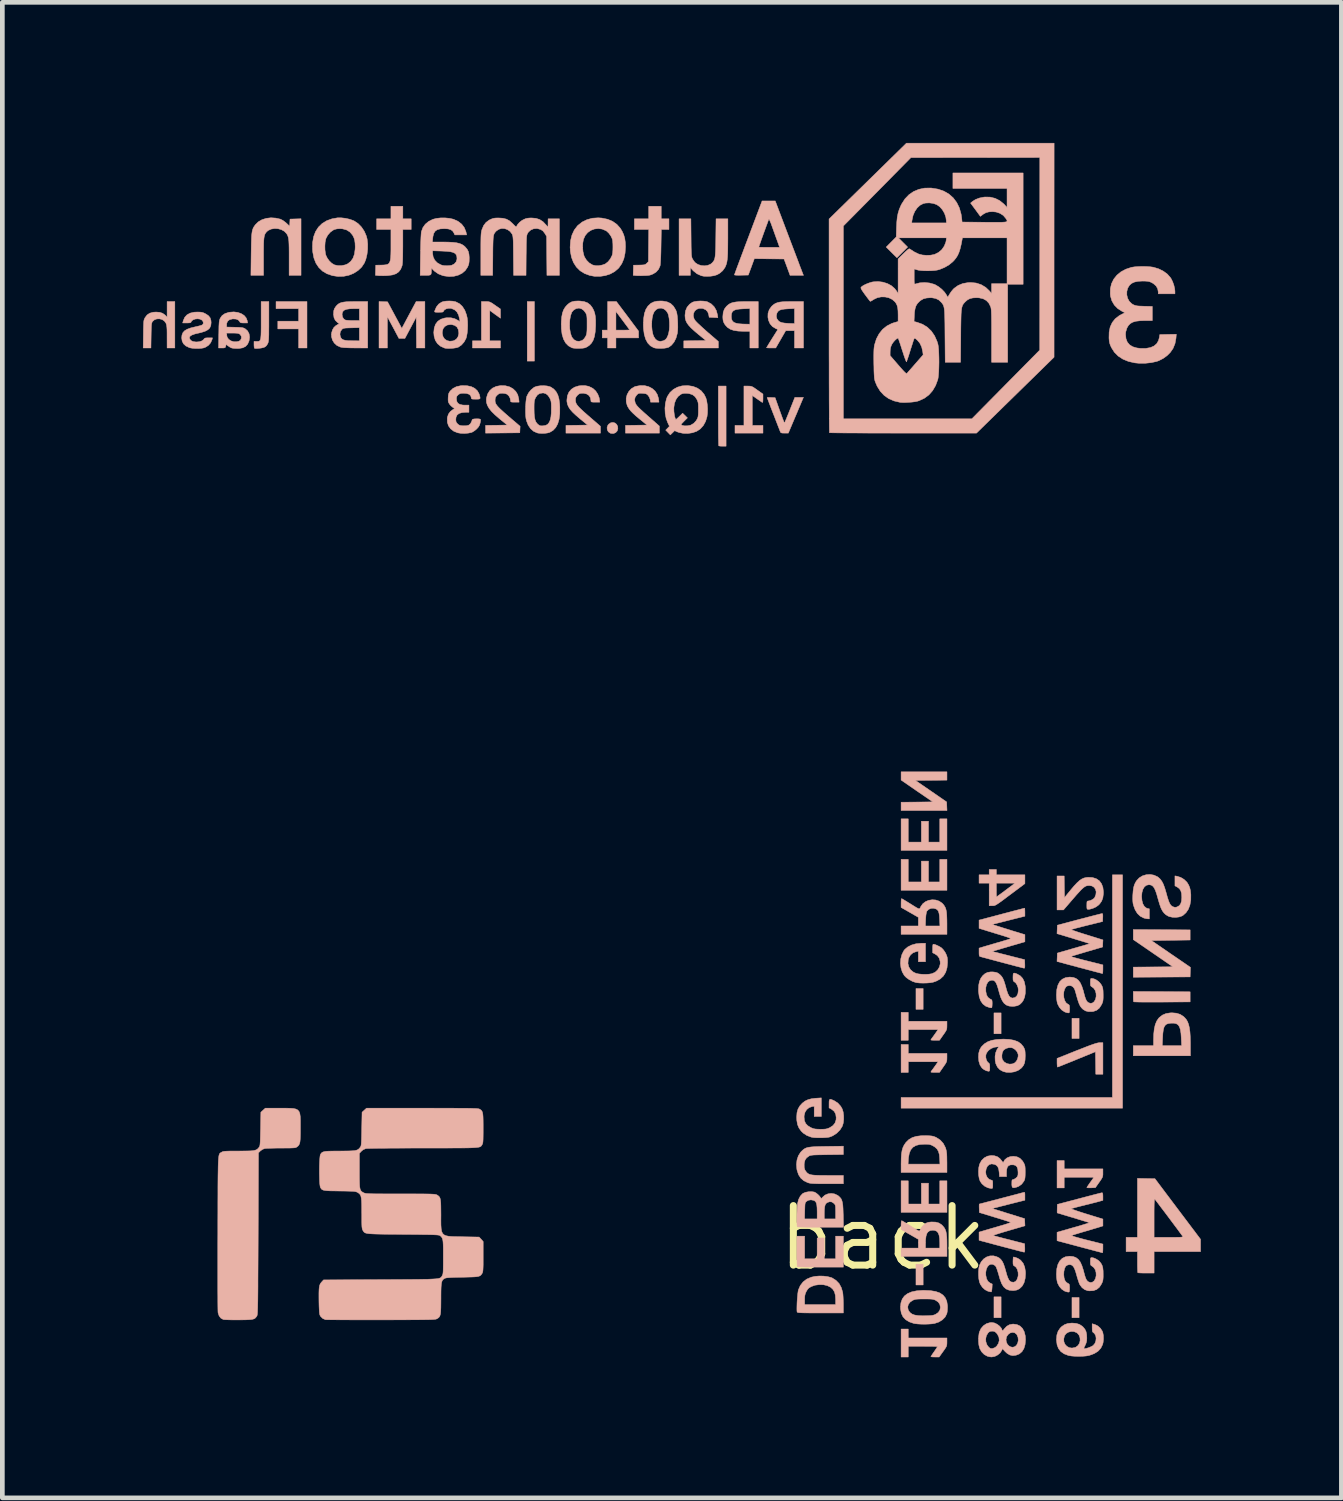
<source format=kicad_pcb>
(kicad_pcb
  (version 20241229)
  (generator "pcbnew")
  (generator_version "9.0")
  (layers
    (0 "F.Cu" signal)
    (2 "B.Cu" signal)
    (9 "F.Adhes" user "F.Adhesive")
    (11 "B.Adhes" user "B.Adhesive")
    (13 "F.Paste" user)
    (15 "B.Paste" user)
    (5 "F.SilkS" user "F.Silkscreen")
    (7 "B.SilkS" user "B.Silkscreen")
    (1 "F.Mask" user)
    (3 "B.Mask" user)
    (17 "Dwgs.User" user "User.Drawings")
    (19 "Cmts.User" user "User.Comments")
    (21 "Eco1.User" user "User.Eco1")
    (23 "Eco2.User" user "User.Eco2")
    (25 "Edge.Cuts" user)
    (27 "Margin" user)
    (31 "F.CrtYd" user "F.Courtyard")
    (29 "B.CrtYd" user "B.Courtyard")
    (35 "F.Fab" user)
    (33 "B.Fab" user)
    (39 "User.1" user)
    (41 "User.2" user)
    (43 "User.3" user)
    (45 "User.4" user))
  (footprint "back"
    (layer "F.Cu")
    (at 15.78 23.36)
    (property "Reference" "back" (at 0 0 0) (layer "F.SilkS") (effects (font (size 1.27 1.27) (thickness 0.15))))
    (attr through_hole)
    (fp_poly (pts (xy -7.429 -18.707) (xy -7.582 -18.707) (xy -7.582 -19.977) (xy -7.429 -19.977) (xy -7.429 -18.707)) (stroke (width 0.01) (type solid)) (fill yes) (layer "B.SilkS"))
    (fp_poly (pts (xy 0.864 -4.877) (xy 0.711 -4.877) (xy 0.711 -5.321) (xy 0.864 -5.321) (xy 0.864 -4.877)) (stroke (width 0.01) (type solid)) (fill yes) (layer "B.SilkS"))
    (fp_poly (pts (xy 0.864 1.003) (xy 0.711 1.003) (xy 0.711 0.559) (xy 0.864 0.559) (xy 0.864 1.003)) (stroke (width 0.01) (type solid)) (fill yes) (layer "B.SilkS"))
    (fp_poly (pts (xy 2.527 -4.356) (xy 2.375 -4.356) (xy 2.375 -4.801) (xy 2.527 -4.801) (xy 2.527 -4.356)) (stroke (width 0.01) (type solid)) (fill yes) (layer "B.SilkS"))
    (fp_poly (pts (xy 2.527 1.702) (xy 2.375 1.702) (xy 2.375 1.257) (xy 2.527 1.257) (xy 2.527 1.702)) (stroke (width 0.01) (type solid)) (fill yes) (layer "B.SilkS"))
    (fp_poly (pts (xy 4.191 -4.255) (xy 4.039 -4.255) (xy 4.039 -4.686) (xy 4.191 -4.686) (xy 4.191 -4.255)) (stroke (width 0.01) (type solid)) (fill yes) (layer "B.SilkS"))
    (fp_poly (pts (xy 4.191 1.702) (xy 4.039 1.702) (xy 4.039 1.27) (xy 4.191 1.27) (xy 4.191 1.702)) (stroke (width 0.01) (type solid)) (fill yes) (layer "B.SilkS"))
    (fp_poly (pts (xy 5.118 -2.769) (xy 0.394 -2.769) (xy 0.394 -2.997) (xy 4.902 -2.997) (xy 4.902 -7.747) (xy 5.118 -7.747) (xy 5.118 -2.769)) (stroke (width 0.01) (type solid)) (fill yes) (layer "B.SilkS"))
    (fp_poly (pts (xy -12.281 -18.986) (xy -12.459 -18.986) (xy -12.459 -19.393) (xy -12.903 -19.393) (xy -12.903 -19.558) (xy -12.459 -19.558) (xy -12.459 -19.825) (xy -12.941 -19.825) (xy -12.941 -19.977) (xy -12.281 -19.977) (xy -12.281 -18.986)) (stroke (width 0.01) (type solid)) (fill yes) (layer "B.SilkS"))
    (fp_poly (pts (xy 0.546 -8.445) (xy 0.826 -8.445) (xy 0.826 -8.89) (xy 0.978 -8.89) (xy 0.978 -8.445) (xy 1.219 -8.445) (xy 1.219 -8.941) (xy 1.372 -8.941) (xy 1.372 -8.268) (xy 0.394 -8.268) (xy 0.394 -8.941) (xy 0.546 -8.941) (xy 0.546 -8.445)) (stroke (width 0.01) (type solid)) (fill yes) (layer "B.SilkS"))
    (fp_poly (pts (xy 0.546 -7.595) (xy 0.826 -7.595) (xy 0.826 -8.039) (xy 0.978 -8.039) (xy 0.978 -7.595) (xy 1.219 -7.595) (xy 1.219 -8.077) (xy 1.372 -8.077) (xy 1.372 -7.417) (xy 0.394 -7.417) (xy 0.394 -8.077) (xy 0.546 -8.077) (xy 0.546 -7.595)) (stroke (width 0.01) (type solid)) (fill yes) (layer "B.SilkS"))
    (fp_poly (pts (xy 0.546 -0.724) (xy 0.826 -0.724) (xy 0.826 -1.168) (xy 0.978 -1.168) (xy 0.978 -0.724) (xy 1.219 -0.724) (xy 1.219 -1.219) (xy 1.372 -1.219) (xy 1.372 -0.546) (xy 0.394 -0.546) (xy 0.394 -1.219) (xy 0.546 -1.219) (xy 0.546 -0.724)) (stroke (width 0.01) (type solid)) (fill yes) (layer "B.SilkS"))
    (fp_poly (pts (xy 5.953 -6.576) (xy 6.56 -6.572) (xy 6.56 -6.356) (xy 5.735 -6.344) (xy 6.151 -6.058) (xy 6.567 -5.773) (xy 6.563 -5.671) (xy 6.56 -5.569) (xy 5.347 -5.562) (xy 5.347 -5.778) (xy 6.191 -5.785) (xy 5.769 -6.075) (xy 5.347 -6.365) (xy 5.347 -6.579) (xy 5.953 -6.576)) (stroke (width 0.01) (type solid)) (fill yes) (layer "B.SilkS"))
    (fp_poly (pts (xy 1.372 -9.767) (xy 1.036 -9.763) (xy 0.7 -9.76) (xy 1.033 -9.531) (xy 1.365 -9.302) (xy 1.369 -9.21) (xy 1.373 -9.119) (xy 0.394 -9.119) (xy 0.394 -9.296) (xy 0.732 -9.299) (xy 1.07 -9.303) (xy 0.732 -9.535) (xy 0.394 -9.768) (xy 0.394 -9.944) (xy 1.372 -9.944) (xy 1.372 -9.767)) (stroke (width 0.01) (type solid)) (fill yes) (layer "B.SilkS"))
    (fp_poly (pts (xy -5.71 -17.386) (xy -5.675 -17.357) (xy -5.653 -17.314) (xy -5.649 -17.266) (xy -5.663 -17.216) (xy -5.695 -17.181) (xy -5.74 -17.162) (xy -5.792 -17.164) (xy -5.812 -17.17) (xy -5.852 -17.198) (xy -5.874 -17.239) (xy -5.879 -17.287) (xy -5.864 -17.334) (xy -5.843 -17.362) (xy -5.799 -17.391) (xy -5.753 -17.398) (xy -5.71 -17.386)) (stroke (width 0.01) (type solid)) (fill yes) (layer "B.SilkS"))
    (fp_poly (pts (xy -3.34 -16.891) (xy -3.414 -16.891) (xy -3.456 -16.892) (xy -3.486 -16.896) (xy -3.497 -16.899) (xy -3.498 -16.913) (xy -3.5 -16.95) (xy -3.501 -17.008) (xy -3.503 -17.083) (xy -3.504 -17.174) (xy -3.504 -17.279) (xy -3.505 -17.394) (xy -3.505 -17.517) (xy -3.505 -17.541) (xy -3.505 -18.174) (xy -3.34 -18.174) (xy -3.34 -16.891)) (stroke (width 0.01) (type solid)) (fill yes) (layer "B.SilkS"))
    (fp_poly (pts (xy 5.953 -5.255) (xy 6.56 -5.251) (xy 6.56 -5.036) (xy 5.962 -5.032) (xy 5.841 -5.032) (xy 5.728 -5.032) (xy 5.625 -5.032) (xy 5.535 -5.032) (xy 5.461 -5.033) (xy 5.404 -5.035) (xy 5.368 -5.036) (xy 5.355 -5.038) (xy 5.351 -5.053) (xy 5.348 -5.088) (xy 5.347 -5.135) (xy 5.347 -5.152) (xy 5.347 -5.258) (xy 5.953 -5.255)) (stroke (width 0.01) (type solid)) (fill yes) (layer "B.SilkS"))
    (fp_poly (pts (xy -8.432 -19.977) (xy -8.402 -19.973) (xy -8.376 -19.965) (xy -8.345 -19.949) (xy -8.305 -19.923) (xy -8.269 -19.898) (xy -8.154 -19.818) (xy -8.153 -19.621) (xy -8.268 -19.704) (xy -8.382 -19.787) (xy -8.382 -19.139) (xy -8.153 -19.139) (xy -8.153 -18.986) (xy -8.75 -18.986) (xy -8.75 -19.139) (xy -8.56 -19.139) (xy -8.56 -19.977) (xy -8.471 -19.977) (xy -8.432 -19.977)) (stroke (width 0.01) (type solid)) (fill yes) (layer "B.SilkS"))
    (fp_poly (pts (xy -10.653 -19.974) (xy -10.562 -19.971) (xy -10.41 -19.688) (xy -10.258 -19.404) (xy -10.105 -19.691) (xy -9.952 -19.977) (xy -9.766 -19.977) (xy -9.766 -18.986) (xy -9.944 -18.986) (xy -9.947 -19.316) (xy -9.95 -19.645) (xy -10.192 -19.19) (xy -10.255 -19.19) (xy -10.319 -19.19) (xy -10.442 -19.422) (xy -10.566 -19.653) (xy -10.566 -18.986) (xy -10.744 -18.986) (xy -10.744 -19.978) (xy -10.653 -19.974)) (stroke (width 0.01) (type solid)) (fill yes) (layer "B.SilkS"))
    (fp_poly (pts (xy -2.84 -18.173) (xy -2.811 -18.17) (xy -2.786 -18.162) (xy -2.756 -18.146) (xy -2.716 -18.119) (xy -2.673 -18.088) (xy -2.553 -18.003) (xy -2.553 -17.91) (xy -2.554 -17.861) (xy -2.557 -17.833) (xy -2.564 -17.825) (xy -2.569 -17.826) (xy -2.586 -17.837) (xy -2.618 -17.859) (xy -2.66 -17.888) (xy -2.683 -17.904) (xy -2.781 -17.973) (xy -2.781 -17.335) (xy -2.553 -17.335) (xy -2.553 -17.17) (xy -3.15 -17.17) (xy -3.15 -17.335) (xy -2.959 -17.335) (xy -2.959 -18.174) (xy -2.876 -18.174) (xy -2.84 -18.173)) (stroke (width 0.01) (type solid)) (fill yes) (layer "B.SilkS"))
    (fp_poly (pts (xy 3.873 -1.473) (xy 4.699 -1.473) (xy 4.699 -1.387) (xy 4.699 -1.348) (xy 4.695 -1.319) (xy 4.687 -1.292) (xy 4.67 -1.262) (xy 4.644 -1.222) (xy 4.619 -1.187) (xy 4.539 -1.073) (xy 4.448 -1.069) (xy 4.403 -1.069) (xy 4.371 -1.07) (xy 4.356 -1.074) (xy 4.356 -1.074) (xy 4.363 -1.088) (xy 4.382 -1.117) (xy 4.409 -1.157) (xy 4.432 -1.189) (xy 4.508 -1.295) (xy 3.873 -1.295) (xy 3.873 -1.067) (xy 3.721 -1.067) (xy 3.721 -1.651) (xy 3.873 -1.651) (xy 3.873 -1.473)) (stroke (width 0.01) (type solid)) (fill yes) (layer "B.SilkS"))
    (fp_poly (pts (xy -1.664 0.445) (xy -1.397 0.445) (xy -1.397 0) (xy -1.245 0) (xy -1.245 0.445) (xy -1.003 0.445) (xy -1.003 -0.038) (xy -0.838 -0.038) (xy -0.838 0.622) (xy -1.325 0.622) (xy -1.434 0.622) (xy -1.535 0.621) (xy -1.625 0.621) (xy -1.701 0.619) (xy -1.761 0.618) (xy -1.801 0.616) (xy -1.82 0.614) (xy -1.82 0.614) (xy -1.823 0.599) (xy -1.825 0.563) (xy -1.826 0.508) (xy -1.828 0.438) (xy -1.829 0.357) (xy -1.829 0.284) (xy -1.829 -0.038) (xy -1.664 -0.038) (xy -1.664 0.445)) (stroke (width 0.01) (type solid)) (fill yes) (layer "B.SilkS"))
    (fp_poly (pts (xy -5.443 -19.662) (xy -5.207 -19.346) (xy -5.207 -19.202) (xy -5.69 -19.202) (xy -5.69 -18.986) (xy -5.867 -18.986) (xy -5.867 -19.202) (xy -5.982 -19.202) (xy -5.982 -19.367) (xy -5.867 -19.367) (xy -5.69 -19.367) (xy -5.544 -19.367) (xy -5.486 -19.368) (xy -5.439 -19.369) (xy -5.408 -19.37) (xy -5.397 -19.372) (xy -5.405 -19.383) (xy -5.425 -19.411) (xy -5.456 -19.453) (xy -5.495 -19.505) (xy -5.54 -19.566) (xy -5.544 -19.571) (xy -5.69 -19.766) (xy -5.69 -19.367) (xy -5.867 -19.367) (xy -5.867 -19.977) (xy -5.68 -19.977) (xy -5.443 -19.662)) (stroke (width 0.01) (type solid)) (fill yes) (layer "B.SilkS"))
    (fp_poly (pts (xy 0.546 -4.623) (xy 1.372 -4.623) (xy 1.372 -4.533) (xy 1.371 -4.493) (xy 1.368 -4.463) (xy 1.36 -4.436) (xy 1.344 -4.407) (xy 1.318 -4.367) (xy 1.292 -4.331) (xy 1.213 -4.218) (xy 1.121 -4.217) (xy 1.076 -4.218) (xy 1.043 -4.22) (xy 1.029 -4.224) (xy 1.029 -4.225) (xy 1.036 -4.241) (xy 1.045 -4.253) (xy 1.06 -4.273) (xy 1.085 -4.307) (xy 1.115 -4.349) (xy 1.122 -4.359) (xy 1.182 -4.445) (xy 0.546 -4.445) (xy 0.546 -4.216) (xy 0.394 -4.216) (xy 0.394 -4.813) (xy 0.546 -4.813) (xy 0.546 -4.623)) (stroke (width 0.01) (type solid)) (fill yes) (layer "B.SilkS"))
    (fp_poly (pts (xy 0.546 -3.937) (xy 1.372 -3.937) (xy 1.372 -3.849) (xy 1.371 -3.809) (xy 1.368 -3.779) (xy 1.36 -3.753) (xy 1.344 -3.722) (xy 1.317 -3.682) (xy 1.292 -3.646) (xy 1.213 -3.532) (xy 1.121 -3.531) (xy 1.076 -3.532) (xy 1.043 -3.535) (xy 1.029 -3.539) (xy 1.029 -3.539) (xy 1.036 -3.555) (xy 1.045 -3.568) (xy 1.06 -3.587) (xy 1.085 -3.621) (xy 1.115 -3.663) (xy 1.122 -3.673) (xy 1.182 -3.759) (xy 0.546 -3.759) (xy 0.546 -3.531) (xy 0.394 -3.531) (xy 0.394 -4.128) (xy 0.546 -4.128) (xy 0.546 -3.937)) (stroke (width 0.01) (type solid)) (fill yes) (layer "B.SilkS"))
    (fp_poly (pts (xy 4.699 -4.166) (xy 4.699 -3.493) (xy 4.547 -3.493) (xy 4.54 -3.973) (xy 4.14 -3.809) (xy 4.046 -3.77) (xy 3.958 -3.735) (xy 3.881 -3.704) (xy 3.817 -3.678) (xy 3.769 -3.659) (xy 3.739 -3.648) (xy 3.731 -3.645) (xy 3.726 -3.657) (xy 3.723 -3.687) (xy 3.721 -3.731) (xy 3.721 -3.738) (xy 3.721 -3.831) (xy 4.143 -3.999) (xy 4.259 -4.044) (xy 4.353 -4.081) (xy 4.43 -4.11) (xy 4.49 -4.131) (xy 4.537 -4.147) (xy 4.574 -4.157) (xy 4.602 -4.163) (xy 4.625 -4.166) (xy 4.632 -4.166) (xy 4.699 -4.166)) (stroke (width 0.01) (type solid)) (fill yes) (layer "B.SilkS"))
    (fp_poly (pts (xy 0.546 2.134) (xy 1.372 2.134) (xy 1.372 2.221) (xy 1.371 2.259) (xy 1.368 2.288) (xy 1.36 2.314) (xy 1.344 2.343) (xy 1.318 2.382) (xy 1.288 2.424) (xy 1.205 2.54) (xy 1.117 2.54) (xy 1.073 2.539) (xy 1.042 2.536) (xy 1.029 2.533) (xy 1.029 2.532) (xy 1.036 2.519) (xy 1.054 2.491) (xy 1.081 2.451) (xy 1.099 2.426) (xy 1.129 2.382) (xy 1.152 2.347) (xy 1.166 2.324) (xy 1.168 2.319) (xy 1.156 2.317) (xy 1.122 2.315) (xy 1.07 2.313) (xy 1.002 2.312) (xy 0.922 2.312) (xy 0.857 2.311) (xy 0.546 2.311) (xy 0.546 2.54) (xy 0.394 2.54) (xy 0.394 1.943) (xy 0.546 1.943) (xy 0.546 2.134)) (stroke (width 0.01) (type solid)) (fill yes) (layer "B.SilkS"))
    (fp_poly (pts (xy 2.426 -7.747) (xy 3.035 -7.747) (xy 3.035 -7.559) (xy 2.72 -7.323) (xy 2.631 -7.257) (xy 2.561 -7.204) (xy 2.505 -7.164) (xy 2.463 -7.134) (xy 2.43 -7.113) (xy 2.405 -7.099) (xy 2.385 -7.091) (xy 2.368 -7.088) (xy 2.35 -7.087) (xy 2.339 -7.087) (xy 2.273 -7.087) (xy 2.273 -7.569) (xy 2.426 -7.569) (xy 2.426 -7.423) (xy 2.426 -7.366) (xy 2.427 -7.319) (xy 2.428 -7.288) (xy 2.43 -7.277) (xy 2.441 -7.284) (xy 2.469 -7.305) (xy 2.511 -7.335) (xy 2.564 -7.374) (xy 2.624 -7.419) (xy 2.629 -7.423) (xy 2.824 -7.569) (xy 2.426 -7.569) (xy 2.273 -7.569) (xy 2.057 -7.569) (xy 2.057 -7.747) (xy 2.273 -7.747) (xy 2.273 -7.861) (xy 2.426 -7.861) (xy 2.426 -7.747)) (stroke (width 0.01) (type solid)) (fill yes) (layer "B.SilkS"))
    (fp_poly (pts (xy -13.094 -19.555) (xy -13.094 -19.439) (xy -13.095 -19.345) (xy -13.095 -19.272) (xy -13.097 -19.215) (xy -13.099 -19.172) (xy -13.102 -19.139) (xy -13.106 -19.116) (xy -13.111 -19.097) (xy -13.118 -19.081) (xy -13.118 -19.079) (xy -13.148 -19.033) (xy -13.183 -19.006) (xy -13.213 -18.995) (xy -13.256 -18.985) (xy -13.304 -18.979) (xy -13.35 -18.975) (xy -13.385 -18.976) (xy -13.402 -18.981) (xy -13.407 -18.998) (xy -13.41 -19.032) (xy -13.411 -19.058) (xy -13.411 -19.126) (xy -13.355 -19.126) (xy -13.33 -19.127) (xy -13.309 -19.129) (xy -13.293 -19.136) (xy -13.281 -19.151) (xy -13.272 -19.175) (xy -13.266 -19.211) (xy -13.262 -19.262) (xy -13.26 -19.329) (xy -13.259 -19.416) (xy -13.259 -19.525) (xy -13.259 -19.58) (xy -13.259 -19.977) (xy -13.094 -19.977) (xy -13.094 -19.555)) (stroke (width 0.01) (type solid)) (fill yes) (layer "B.SilkS"))
    (fp_poly (pts (xy -4.724 -21.742) (xy -4.559 -21.742) (xy -4.559 -21.514) (xy -4.722 -21.514) (xy -4.728 -21.149) (xy -4.73 -21.039) (xy -4.733 -20.942) (xy -4.737 -20.861) (xy -4.741 -20.797) (xy -4.745 -20.754) (xy -4.748 -20.738) (xy -4.781 -20.665) (xy -4.83 -20.609) (xy -4.892 -20.569) (xy -4.93 -20.552) (xy -4.964 -20.541) (xy -5.004 -20.534) (xy -5.057 -20.531) (xy -5.095 -20.53) (xy -5.156 -20.528) (xy -5.213 -20.529) (xy -5.258 -20.53) (xy -5.274 -20.532) (xy -5.322 -20.537) (xy -5.315 -20.753) (xy -5.191 -20.755) (xy -5.134 -20.757) (xy -5.095 -20.76) (xy -5.07 -20.766) (xy -5.051 -20.777) (xy -5.033 -20.793) (xy -5.033 -20.793) (xy -4.997 -20.829) (xy -4.994 -21.171) (xy -4.99 -21.514) (xy -5.296 -21.514) (xy -5.296 -21.742) (xy -4.991 -21.742) (xy -4.991 -22.009) (xy -4.724 -22.009) (xy -4.724 -21.742)) (stroke (width 0.01) (type solid)) (fill yes) (layer "B.SilkS"))
    (fp_poly (pts (xy -10.236 -21.742) (xy -10.058 -21.742) (xy -10.058 -21.514) (xy -10.236 -21.514) (xy -10.236 -21.154) (xy -10.237 -21.036) (xy -10.238 -20.942) (xy -10.24 -20.868) (xy -10.243 -20.811) (xy -10.247 -20.77) (xy -10.252 -20.741) (xy -10.254 -20.736) (xy -10.283 -20.664) (xy -10.325 -20.61) (xy -10.382 -20.57) (xy -10.457 -20.545) (xy -10.551 -20.532) (xy -10.596 -20.529) (xy -10.657 -20.528) (xy -10.713 -20.529) (xy -10.757 -20.53) (xy -10.773 -20.532) (xy -10.821 -20.537) (xy -10.814 -20.753) (xy -10.692 -20.755) (xy -10.638 -20.757) (xy -10.595 -20.762) (xy -10.561 -20.771) (xy -10.535 -20.788) (xy -10.517 -20.815) (xy -10.504 -20.855) (xy -10.496 -20.91) (xy -10.492 -20.983) (xy -10.49 -21.076) (xy -10.49 -21.192) (xy -10.49 -21.196) (xy -10.49 -21.514) (xy -10.795 -21.514) (xy -10.795 -21.742) (xy -10.49 -21.742) (xy -10.49 -22.009) (xy -10.236 -22.009) (xy -10.236 -21.742)) (stroke (width 0.01) (type solid)) (fill yes) (layer "B.SilkS"))
    (fp_poly (pts (xy -1.745 -17.802) (xy -1.767 -17.749) (xy -1.797 -17.679) (xy -1.831 -17.597) (xy -1.868 -17.511) (xy -1.904 -17.426) (xy -1.906 -17.421) (xy -2.012 -17.17) (xy -2.092 -17.17) (xy -2.137 -17.171) (xy -2.163 -17.176) (xy -2.177 -17.186) (xy -2.183 -17.199) (xy -2.228 -17.314) (xy -2.272 -17.427) (xy -2.313 -17.534) (xy -2.352 -17.633) (xy -2.386 -17.722) (xy -2.415 -17.798) (xy -2.438 -17.858) (xy -2.454 -17.902) (xy -2.463 -17.925) (xy -2.464 -17.928) (xy -2.452 -17.93) (xy -2.422 -17.931) (xy -2.379 -17.93) (xy -2.379 -17.93) (xy -2.294 -17.926) (xy -2.198 -17.656) (xy -2.17 -17.579) (xy -2.145 -17.51) (xy -2.123 -17.453) (xy -2.107 -17.412) (xy -2.097 -17.389) (xy -2.095 -17.386) (xy -2.089 -17.398) (xy -2.075 -17.429) (xy -2.054 -17.478) (xy -2.029 -17.54) (xy -1.999 -17.613) (xy -1.981 -17.659) (xy -1.873 -17.932) (xy -1.782 -17.932) (xy -1.69 -17.932) (xy -1.745 -17.802)) (stroke (width 0.01) (type solid)) (fill yes) (layer "B.SilkS"))
    (fp_poly (pts (xy -2.654 -18.986) (xy -2.832 -18.986) (xy -2.832 -19.342) (xy -2.969 -19.342) (xy -3.083 -19.347) (xy -3.176 -19.361) (xy -3.251 -19.387) (xy -3.31 -19.425) (xy -3.357 -19.476) (xy -3.378 -19.508) (xy -3.396 -19.545) (xy -3.405 -19.583) (xy -3.409 -19.631) (xy -3.409 -19.66) (xy -3.229 -19.66) (xy -3.224 -19.607) (xy -3.208 -19.566) (xy -3.178 -19.536) (xy -3.132 -19.516) (xy -3.068 -19.503) (xy -2.981 -19.497) (xy -2.937 -19.496) (xy -2.832 -19.494) (xy -2.832 -19.828) (xy -2.975 -19.822) (xy -3.063 -19.816) (xy -3.13 -19.805) (xy -3.176 -19.786) (xy -3.207 -19.758) (xy -3.223 -19.719) (xy -3.229 -19.668) (xy -3.229 -19.66) (xy -3.409 -19.66) (xy -3.401 -19.746) (xy -3.376 -19.816) (xy -3.331 -19.876) (xy -3.293 -19.909) (xy -3.26 -19.931) (xy -3.222 -19.948) (xy -3.178 -19.96) (xy -3.122 -19.969) (xy -3.051 -19.974) (xy -2.962 -19.977) (xy -2.882 -19.977) (xy -2.654 -19.977) (xy -2.654 -18.986)) (stroke (width 0.01) (type solid)) (fill yes) (layer "B.SilkS"))
    (fp_poly (pts (xy 6.267 -4.795) (xy 6.347 -4.77) (xy 6.416 -4.726) (xy 6.441 -4.703) (xy 6.477 -4.662) (xy 6.505 -4.614) (xy 6.527 -4.555) (xy 6.544 -4.484) (xy 6.556 -4.396) (xy 6.563 -4.29) (xy 6.566 -4.163) (xy 6.566 -4.106) (xy 6.566 -3.886) (xy 5.347 -3.886) (xy 5.347 -4.102) (xy 5.779 -4.102) (xy 5.965 -4.102) (xy 6.379 -4.102) (xy 6.371 -4.268) (xy 6.364 -4.369) (xy 6.351 -4.448) (xy 6.331 -4.506) (xy 6.303 -4.547) (xy 6.264 -4.571) (xy 6.214 -4.582) (xy 6.152 -4.582) (xy 6.098 -4.575) (xy 6.057 -4.561) (xy 6.026 -4.535) (xy 6.003 -4.495) (xy 5.988 -4.439) (xy 5.978 -4.363) (xy 5.973 -4.273) (xy 5.965 -4.102) (xy 5.779 -4.102) (xy 5.779 -4.213) (xy 5.783 -4.348) (xy 5.795 -4.46) (xy 5.816 -4.552) (xy 5.847 -4.627) (xy 5.887 -4.686) (xy 5.903 -4.703) (xy 5.97 -4.755) (xy 6.045 -4.787) (xy 6.133 -4.801) (xy 6.172 -4.803) (xy 6.267 -4.795)) (stroke (width 0.01) (type solid)) (fill yes) (layer "B.SilkS"))
    (fp_poly (pts (xy -15.1 -18.986) (xy -15.265 -18.986) (xy -15.266 -19.225) (xy -15.266 -19.311) (xy -15.267 -19.377) (xy -15.27 -19.425) (xy -15.274 -19.461) (xy -15.28 -19.488) (xy -15.288 -19.51) (xy -15.289 -19.515) (xy -15.323 -19.561) (xy -15.37 -19.593) (xy -15.425 -19.608) (xy -15.482 -19.607) (xy -15.534 -19.589) (xy -15.576 -19.552) (xy -15.58 -19.547) (xy -15.587 -19.532) (xy -15.593 -19.512) (xy -15.598 -19.484) (xy -15.601 -19.442) (xy -15.603 -19.385) (xy -15.605 -19.308) (xy -15.606 -19.25) (xy -15.61 -18.986) (xy -15.775 -18.986) (xy -15.771 -19.282) (xy -15.77 -19.376) (xy -15.768 -19.449) (xy -15.766 -19.503) (xy -15.764 -19.543) (xy -15.76 -19.572) (xy -15.754 -19.594) (xy -15.746 -19.613) (xy -15.737 -19.631) (xy -15.735 -19.634) (xy -15.692 -19.691) (xy -15.635 -19.729) (xy -15.562 -19.749) (xy -15.501 -19.753) (xy -15.423 -19.747) (xy -15.362 -19.727) (xy -15.311 -19.691) (xy -15.295 -19.676) (xy -15.265 -19.643) (xy -15.265 -19.977) (xy -15.1 -19.977) (xy -15.1 -18.986)) (stroke (width 0.01) (type solid)) (fill yes) (layer "B.SilkS"))
    (fp_poly (pts (xy 3.657 -21.072) (xy 3.657 -18.79) (xy 2.002 -17.17) (xy 0.438 -17.17) (xy 0.241 -17.17) (xy 0.05 -17.171) (xy -0.131 -17.171) (xy -0.303 -17.171) (xy -0.462 -17.172) (xy -0.609 -17.173) (xy -0.741 -17.173) (xy -0.856 -17.174) (xy -0.954 -17.175) (xy -1.032 -17.176) (xy -1.089 -17.177) (xy -1.124 -17.178) (xy -1.135 -17.179) (xy -1.135 -17.192) (xy -1.136 -17.23) (xy -1.137 -17.29) (xy -1.138 -17.372) (xy -1.139 -17.474) (xy -1.139 -17.595) (xy -1.14 -17.734) (xy -1.141 -17.89) (xy -1.141 -18.061) (xy -1.142 -18.245) (xy -1.142 -18.442) (xy -1.142 -18.651) (xy -1.143 -18.869) (xy -1.143 -19.097) (xy -1.143 -19.332) (xy -1.143 -19.462) (xy -1.143 -21.589) (xy -0.838 -21.589) (xy -0.838 -17.475) (xy 1.903 -17.475) (xy 2.628 -18.209) (xy 3.352 -18.942) (xy 3.353 -23.05) (xy 0.603 -23.048) (xy -0.117 -22.318) (xy -0.838 -21.589) (xy -1.143 -21.589) (xy -1.143 -21.738) (xy 0.507 -23.355) (xy 3.658 -23.355) (xy 3.657 -21.072)) (stroke (width 0.01) (type solid)) (fill yes) (layer "B.SilkS"))
    (fp_poly (pts (xy -3.82 -19.986) (xy -3.762 -19.978) (xy -3.738 -19.971) (xy -3.657 -19.927) (xy -3.594 -19.865) (xy -3.549 -19.787) (xy -3.524 -19.695) (xy -3.524 -19.694) (xy -3.515 -19.633) (xy -3.701 -19.641) (xy -3.711 -19.698) (xy -3.732 -19.757) (xy -3.773 -19.801) (xy -3.831 -19.827) (xy -3.852 -19.831) (xy -3.917 -19.831) (xy -3.97 -19.81) (xy -4.01 -19.774) (xy -4.033 -19.726) (xy -4.039 -19.671) (xy -4.024 -19.612) (xy -4.001 -19.574) (xy -3.981 -19.551) (xy -3.945 -19.514) (xy -3.895 -19.468) (xy -3.837 -19.414) (xy -3.772 -19.356) (xy -3.735 -19.323) (xy -3.505 -19.125) (xy -3.505 -18.986) (xy -4.242 -18.986) (xy -4.242 -19.138) (xy -4.006 -19.142) (xy -3.77 -19.145) (xy -3.929 -19.275) (xy -4.016 -19.349) (xy -4.085 -19.412) (xy -4.136 -19.467) (xy -4.173 -19.517) (xy -4.197 -19.566) (xy -4.211 -19.615) (xy -4.216 -19.67) (xy -4.216 -19.688) (xy -4.205 -19.778) (xy -4.172 -19.856) (xy -4.119 -19.919) (xy -4.058 -19.962) (xy -4.014 -19.976) (xy -3.955 -19.985) (xy -3.887 -19.989) (xy -3.82 -19.986)) (stroke (width 0.01) (type solid)) (fill yes) (layer "B.SilkS"))
    (fp_poly (pts (xy -5.077 -18.183) (xy -4.991 -18.161) (xy -4.915 -18.121) (xy -4.853 -18.065) (xy -4.808 -17.995) (xy -4.782 -17.912) (xy -4.779 -17.893) (xy -4.772 -17.831) (xy -4.95 -17.831) (xy -4.958 -17.882) (xy -4.974 -17.929) (xy -5.001 -17.972) (xy -5.002 -17.973) (xy -5.025 -17.995) (xy -5.048 -18.009) (xy -5.081 -18.015) (xy -5.122 -18.019) (xy -5.168 -18.021) (xy -5.198 -18.018) (xy -5.219 -18.009) (xy -5.24 -17.99) (xy -5.244 -17.987) (xy -5.28 -17.936) (xy -5.292 -17.88) (xy -5.279 -17.818) (xy -5.27 -17.798) (xy -5.256 -17.774) (xy -5.234 -17.746) (xy -5.201 -17.711) (xy -5.156 -17.668) (xy -5.096 -17.613) (xy -5.018 -17.544) (xy -5.002 -17.53) (xy -4.763 -17.32) (xy -4.763 -17.17) (xy -5.486 -17.17) (xy -5.486 -17.335) (xy -5.027 -17.342) (xy -5.181 -17.468) (xy -5.262 -17.535) (xy -5.324 -17.592) (xy -5.372 -17.641) (xy -5.408 -17.686) (xy -5.435 -17.73) (xy -5.448 -17.755) (xy -5.47 -17.833) (xy -5.471 -17.913) (xy -5.452 -17.99) (xy -5.415 -18.059) (xy -5.363 -18.116) (xy -5.296 -18.157) (xy -5.269 -18.167) (xy -5.171 -18.185) (xy -5.077 -18.183)) (stroke (width 0.01) (type solid)) (fill yes) (layer "B.SilkS"))
    (fp_poly (pts (xy -1.689 -18.986) (xy -1.88 -18.986) (xy -1.88 -19.355) (xy -2.068 -19.355) (xy -2.28 -18.987) (xy -2.378 -18.987) (xy -2.424 -18.987) (xy -2.459 -18.989) (xy -2.476 -18.991) (xy -2.477 -18.992) (xy -2.47 -19.004) (xy -2.452 -19.034) (xy -2.425 -19.079) (xy -2.391 -19.134) (xy -2.356 -19.19) (xy -2.235 -19.382) (xy -2.277 -19.399) (xy -2.348 -19.441) (xy -2.401 -19.501) (xy -2.435 -19.577) (xy -2.447 -19.64) (xy -2.447 -19.667) (xy -2.269 -19.667) (xy -2.257 -19.612) (xy -2.223 -19.565) (xy -2.192 -19.543) (xy -2.149 -19.527) (xy -2.09 -19.517) (xy -2.011 -19.511) (xy -1.959 -19.509) (xy -1.88 -19.507) (xy -1.88 -19.828) (xy -2.016 -19.822) (xy -2.098 -19.816) (xy -2.159 -19.806) (xy -2.203 -19.79) (xy -2.233 -19.766) (xy -2.254 -19.732) (xy -2.256 -19.727) (xy -2.269 -19.667) (xy -2.447 -19.667) (xy -2.445 -19.727) (xy -2.418 -19.806) (xy -2.369 -19.874) (xy -2.356 -19.886) (xy -2.322 -19.915) (xy -2.287 -19.937) (xy -2.246 -19.953) (xy -2.197 -19.965) (xy -2.135 -19.972) (xy -2.056 -19.976) (xy -1.956 -19.977) (xy -1.928 -19.977) (xy -1.689 -19.977) (xy -1.689 -18.986)) (stroke (width 0.01) (type solid)) (fill yes) (layer "B.SilkS"))
    (fp_poly (pts (xy 0.992 -2.18) (xy 1.041 -2.176) (xy 1.078 -2.169) (xy 1.11 -2.158) (xy 1.145 -2.143) (xy 1.146 -2.142) (xy 1.229 -2.088) (xy 1.294 -2.016) (xy 1.339 -1.929) (xy 1.346 -1.908) (xy 1.356 -1.872) (xy 1.363 -1.834) (xy 1.368 -1.789) (xy 1.37 -1.733) (xy 1.371 -1.658) (xy 1.372 -1.612) (xy 1.372 -1.397) (xy 0.394 -1.397) (xy 0.394 -1.575) (xy 0.543 -1.575) (xy 1.222 -1.575) (xy 1.217 -1.693) (xy 1.209 -1.779) (xy 1.191 -1.845) (xy 1.161 -1.897) (xy 1.117 -1.938) (xy 1.077 -1.963) (xy 1.041 -1.981) (xy 1.009 -1.992) (xy 0.973 -1.998) (xy 0.923 -2) (xy 0.895 -2) (xy 0.793 -1.994) (xy 0.711 -1.973) (xy 0.647 -1.936) (xy 0.6 -1.881) (xy 0.569 -1.808) (xy 0.552 -1.715) (xy 0.549 -1.68) (xy 0.543 -1.575) (xy 0.394 -1.575) (xy 0.394 -1.587) (xy 0.396 -1.699) (xy 0.402 -1.791) (xy 0.414 -1.865) (xy 0.432 -1.927) (xy 0.458 -1.981) (xy 0.492 -2.031) (xy 0.503 -2.044) (xy 0.562 -2.101) (xy 0.633 -2.142) (xy 0.719 -2.168) (xy 0.822 -2.181) (xy 0.925 -2.183) (xy 0.992 -2.18)) (stroke (width 0.01) (type solid)) (fill yes) (layer "B.SilkS"))
    (fp_poly (pts (xy -12.946 -21.757) (xy -12.849 -21.735) (xy -12.794 -21.707) (xy -12.734 -21.662) (xy -12.72 -21.649) (xy -12.65 -21.584) (xy -12.647 -21.66) (xy -12.643 -21.736) (xy -12.408 -21.743) (xy -12.408 -20.536) (xy -12.662 -20.536) (xy -12.662 -20.914) (xy -12.662 -21.032) (xy -12.663 -21.128) (xy -12.665 -21.204) (xy -12.668 -21.264) (xy -12.673 -21.311) (xy -12.68 -21.348) (xy -12.69 -21.377) (xy -12.701 -21.402) (xy -12.716 -21.426) (xy -12.716 -21.426) (xy -12.764 -21.476) (xy -12.827 -21.511) (xy -12.898 -21.531) (xy -12.973 -21.535) (xy -13.045 -21.523) (xy -13.108 -21.494) (xy -13.137 -21.47) (xy -13.155 -21.45) (xy -13.17 -21.429) (xy -13.182 -21.404) (xy -13.191 -21.373) (xy -13.198 -21.332) (xy -13.203 -21.279) (xy -13.206 -21.211) (xy -13.207 -21.126) (xy -13.208 -21.02) (xy -13.208 -20.931) (xy -13.208 -20.536) (xy -13.477 -20.536) (xy -13.472 -20.984) (xy -13.47 -21.113) (xy -13.468 -21.221) (xy -13.465 -21.308) (xy -13.462 -21.379) (xy -13.456 -21.435) (xy -13.449 -21.48) (xy -13.439 -21.516) (xy -13.427 -21.547) (xy -13.411 -21.575) (xy -13.392 -21.602) (xy -13.381 -21.617) (xy -13.319 -21.678) (xy -13.241 -21.723) (xy -13.15 -21.752) (xy -13.05 -21.764) (xy -12.946 -21.757)) (stroke (width 0.01) (type solid)) (fill yes) (layer "B.SilkS"))
    (fp_poly (pts (xy -6.345 -18.183) (xy -6.271 -18.168) (xy -6.202 -18.135) (xy -6.177 -18.12) (xy -6.122 -18.069) (xy -6.077 -18.001) (xy -6.048 -17.925) (xy -6.041 -17.885) (xy -6.035 -17.831) (xy -6.129 -17.831) (xy -6.177 -17.831) (xy -6.205 -17.834) (xy -6.219 -17.84) (xy -6.223 -17.852) (xy -6.223 -17.861) (xy -6.234 -17.924) (xy -6.265 -17.973) (xy -6.314 -18.005) (xy -6.379 -18.021) (xy -6.4 -18.021) (xy -6.443 -18.019) (xy -6.472 -18.009) (xy -6.5 -17.988) (xy -6.51 -17.978) (xy -6.538 -17.945) (xy -6.551 -17.914) (xy -6.553 -17.88) (xy -6.552 -17.851) (xy -6.546 -17.824) (xy -6.535 -17.796) (xy -6.515 -17.766) (xy -6.486 -17.731) (xy -6.445 -17.69) (xy -6.391 -17.639) (xy -6.321 -17.577) (xy -6.235 -17.502) (xy -6.207 -17.478) (xy -6.02 -17.316) (xy -6.02 -17.243) (xy -6.02 -17.17) (xy -6.756 -17.17) (xy -6.756 -17.335) (xy -6.525 -17.338) (xy -6.294 -17.342) (xy -6.453 -17.473) (xy -6.543 -17.55) (xy -6.614 -17.617) (xy -6.666 -17.676) (xy -6.702 -17.732) (xy -6.724 -17.786) (xy -6.735 -17.841) (xy -6.736 -17.875) (xy -6.725 -17.966) (xy -6.693 -18.043) (xy -6.641 -18.105) (xy -6.572 -18.15) (xy -6.486 -18.177) (xy -6.433 -18.183) (xy -6.345 -18.183)) (stroke (width 0.01) (type solid)) (fill yes) (layer "B.SilkS"))
    (fp_poly (pts (xy -8.051 -18.181) (xy -7.962 -18.158) (xy -7.887 -18.117) (xy -7.827 -18.06) (xy -7.785 -17.989) (xy -7.764 -17.905) (xy -7.763 -17.901) (xy -7.756 -17.831) (xy -7.847 -17.831) (xy -7.894 -17.831) (xy -7.921 -17.834) (xy -7.934 -17.84) (xy -7.937 -17.853) (xy -7.938 -17.864) (xy -7.948 -17.916) (xy -7.975 -17.965) (xy -8.013 -18) (xy -8.053 -18.014) (xy -8.106 -18.021) (xy -8.115 -18.021) (xy -8.158 -18.019) (xy -8.187 -18.009) (xy -8.215 -17.987) (xy -8.225 -17.978) (xy -8.252 -17.947) (xy -8.264 -17.917) (xy -8.268 -17.877) (xy -8.268 -17.873) (xy -8.267 -17.846) (xy -8.262 -17.822) (xy -8.253 -17.797) (xy -8.236 -17.77) (xy -8.211 -17.739) (xy -8.176 -17.702) (xy -8.128 -17.657) (xy -8.067 -17.602) (xy -7.989 -17.534) (xy -7.895 -17.453) (xy -7.876 -17.437) (xy -7.734 -17.316) (xy -7.741 -17.177) (xy -8.106 -17.173) (xy -8.471 -17.17) (xy -8.471 -17.335) (xy -8.239 -17.338) (xy -8.008 -17.342) (xy -8.173 -17.476) (xy -8.269 -17.559) (xy -8.343 -17.632) (xy -8.397 -17.7) (xy -8.433 -17.764) (xy -8.452 -17.826) (xy -8.455 -17.89) (xy -8.452 -17.919) (xy -8.427 -18.005) (xy -8.383 -18.076) (xy -8.321 -18.131) (xy -8.243 -18.167) (xy -8.15 -18.184) (xy -8.051 -18.181)) (stroke (width 0.01) (type solid)) (fill yes) (layer "B.SilkS"))
    (fp_poly (pts (xy -4.087 -21.339) (xy -4.086 -21.227) (xy -4.085 -21.137) (xy -4.083 -21.067) (xy -4.081 -21.013) (xy -4.079 -20.973) (xy -4.075 -20.943) (xy -4.071 -20.922) (xy -4.065 -20.905) (xy -4.058 -20.889) (xy -4.056 -20.885) (xy -4.031 -20.846) (xy -4.005 -20.813) (xy -3.998 -20.806) (xy -3.941 -20.768) (xy -3.873 -20.746) (xy -3.801 -20.739) (xy -3.731 -20.749) (xy -3.67 -20.775) (xy -3.636 -20.803) (xy -3.618 -20.824) (xy -3.602 -20.845) (xy -3.59 -20.869) (xy -3.581 -20.899) (xy -3.574 -20.938) (xy -3.569 -20.988) (xy -3.565 -21.053) (xy -3.562 -21.135) (xy -3.56 -21.237) (xy -3.559 -21.339) (xy -3.554 -21.742) (xy -3.302 -21.742) (xy -3.302 -21.326) (xy -3.303 -21.196) (xy -3.304 -21.088) (xy -3.306 -20.999) (xy -3.31 -20.927) (xy -3.316 -20.868) (xy -3.323 -20.82) (xy -3.333 -20.78) (xy -3.346 -20.744) (xy -3.361 -20.71) (xy -3.364 -20.704) (xy -3.413 -20.635) (xy -3.48 -20.578) (xy -3.536 -20.548) (xy -3.595 -20.529) (xy -3.667 -20.518) (xy -3.744 -20.514) (xy -3.815 -20.517) (xy -3.869 -20.528) (xy -3.961 -20.57) (xy -4.04 -20.633) (xy -4.056 -20.651) (xy -4.102 -20.701) (xy -4.102 -20.536) (xy -4.343 -20.536) (xy -4.343 -21.742) (xy -4.091 -21.742) (xy -4.087 -21.339)) (stroke (width 0.01) (type solid)) (fill yes) (layer "B.SilkS"))
    (fp_poly (pts (xy 3.876 -7.492) (xy 3.88 -7.262) (xy 4.013 -7.425) (xy 4.084 -7.509) (xy 4.145 -7.574) (xy 4.198 -7.623) (xy 4.247 -7.657) (xy 4.296 -7.679) (xy 4.346 -7.69) (xy 4.383 -7.694) (xy 4.477 -7.689) (xy 4.557 -7.664) (xy 4.622 -7.62) (xy 4.669 -7.557) (xy 4.699 -7.478) (xy 4.71 -7.383) (xy 4.709 -7.342) (xy 4.698 -7.257) (xy 4.673 -7.188) (xy 4.632 -7.129) (xy 4.599 -7.096) (xy 4.549 -7.061) (xy 4.486 -7.032) (xy 4.423 -7.014) (xy 4.386 -7.01) (xy 4.37 -7.012) (xy 4.361 -7.021) (xy 4.357 -7.041) (xy 4.356 -7.08) (xy 4.356 -7.099) (xy 4.357 -7.146) (xy 4.36 -7.173) (xy 4.367 -7.185) (xy 4.38 -7.188) (xy 4.381 -7.188) (xy 4.425 -7.196) (xy 4.471 -7.217) (xy 4.509 -7.244) (xy 4.524 -7.262) (xy 4.549 -7.325) (xy 4.555 -7.385) (xy 4.541 -7.438) (xy 4.511 -7.481) (xy 4.466 -7.509) (xy 4.411 -7.518) (xy 4.382 -7.517) (xy 4.356 -7.513) (xy 4.331 -7.504) (xy 4.304 -7.488) (xy 4.273 -7.463) (xy 4.235 -7.428) (xy 4.19 -7.379) (xy 4.133 -7.317) (xy 4.065 -7.238) (xy 4.014 -7.179) (xy 3.858 -6.998) (xy 3.721 -6.998) (xy 3.721 -7.722) (xy 3.873 -7.722) (xy 3.876 -7.492)) (stroke (width 0.01) (type solid)) (fill yes) (layer "B.SilkS"))
    (fp_poly (pts (xy 5.622 -1.267) (xy 5.809 -1.264) (xy 6.295 -0.618) (xy 6.782 0.028) (xy 6.782 0.292) (xy 5.791 0.292) (xy 5.791 0.749) (xy 5.622 0.749) (xy 5.559 0.749) (xy 5.505 0.747) (xy 5.465 0.745) (xy 5.445 0.742) (xy 5.444 0.741) (xy 5.441 0.726) (xy 5.439 0.69) (xy 5.437 0.637) (xy 5.436 0.572) (xy 5.436 0.512) (xy 5.436 0.292) (xy 5.194 0.292) (xy 5.194 -0.013) (xy 5.436 -0.013) (xy 5.436 -0.428) (xy 5.791 -0.428) (xy 5.791 -0.013) (xy 6.103 -0.013) (xy 6.203 -0.013) (xy 6.28 -0.014) (xy 6.337 -0.015) (xy 6.375 -0.018) (xy 6.397 -0.021) (xy 6.406 -0.026) (xy 6.405 -0.029) (xy 6.395 -0.044) (xy 6.371 -0.076) (xy 6.336 -0.123) (xy 6.293 -0.182) (xy 6.242 -0.25) (xy 6.186 -0.325) (xy 6.128 -0.403) (xy 6.069 -0.482) (xy 6.011 -0.559) (xy 5.956 -0.631) (xy 5.907 -0.696) (xy 5.866 -0.751) (xy 5.834 -0.792) (xy 5.814 -0.818) (xy 5.809 -0.825) (xy 5.804 -0.827) (xy 5.8 -0.82) (xy 5.797 -0.802) (xy 5.795 -0.771) (xy 5.793 -0.724) (xy 5.792 -0.659) (xy 5.791 -0.574) (xy 5.791 -0.467) (xy 5.791 -0.428) (xy 5.436 -0.428) (xy 5.436 -1.271) (xy 5.622 -1.267)) (stroke (width 0.01) (type solid)) (fill yes) (layer "B.SilkS"))
    (fp_poly (pts (xy -0.838 -1.78) (xy -1.184 -1.776) (xy -1.288 -1.774) (xy -1.37 -1.773) (xy -1.432 -1.771) (xy -1.479 -1.769) (xy -1.513 -1.765) (xy -1.537 -1.761) (xy -1.555 -1.756) (xy -1.57 -1.748) (xy -1.573 -1.746) (xy -1.623 -1.709) (xy -1.655 -1.663) (xy -1.671 -1.603) (xy -1.674 -1.57) (xy -1.673 -1.501) (xy -1.657 -1.448) (xy -1.625 -1.403) (xy -1.611 -1.389) (xy -1.591 -1.373) (xy -1.568 -1.36) (xy -1.541 -1.351) (xy -1.504 -1.344) (xy -1.456 -1.339) (xy -1.392 -1.336) (xy -1.311 -1.334) (xy -1.209 -1.334) (xy -1.167 -1.333) (xy -0.838 -1.333) (xy -0.838 -1.156) (xy -1.184 -1.156) (xy -1.29 -1.156) (xy -1.374 -1.157) (xy -1.44 -1.159) (xy -1.49 -1.161) (xy -1.528 -1.164) (xy -1.558 -1.169) (xy -1.582 -1.175) (xy -1.598 -1.18) (xy -1.681 -1.22) (xy -1.746 -1.276) (xy -1.794 -1.349) (xy -1.825 -1.442) (xy -1.83 -1.467) (xy -1.838 -1.568) (xy -1.827 -1.664) (xy -1.798 -1.752) (xy -1.751 -1.827) (xy -1.733 -1.847) (xy -1.704 -1.874) (xy -1.677 -1.896) (xy -1.648 -1.913) (xy -1.614 -1.926) (xy -1.572 -1.935) (xy -1.518 -1.942) (xy -1.449 -1.947) (xy -1.364 -1.95) (xy -1.257 -1.952) (xy -1.197 -1.953) (xy -0.838 -1.958) (xy -0.838 -1.78)) (stroke (width 0.01) (type solid)) (fill yes) (layer "B.SilkS"))
    (fp_poly (pts (xy 0.418 -7.233) (xy 0.449 -7.215) (xy 0.494 -7.188) (xy 0.548 -7.155) (xy 0.577 -7.137) (xy 0.649 -7.092) (xy 0.702 -7.059) (xy 0.74 -7.037) (xy 0.765 -7.025) (xy 0.782 -7.022) (xy 0.792 -7.028) (xy 0.801 -7.041) (xy 0.809 -7.06) (xy 0.813 -7.068) (xy 0.856 -7.129) (xy 0.914 -7.174) (xy 0.982 -7.203) (xy 1.057 -7.215) (xy 1.132 -7.21) (xy 1.204 -7.186) (xy 1.267 -7.144) (xy 1.294 -7.116) (xy 1.319 -7.081) (xy 1.339 -7.044) (xy 1.353 -7) (xy 1.363 -6.946) (xy 1.368 -6.877) (xy 1.371 -6.79) (xy 1.372 -6.71) (xy 1.372 -6.477) (xy 0.394 -6.477) (xy 0.394 -6.655) (xy 0.762 -6.655) (xy 0.912 -6.655) (xy 1.222 -6.655) (xy 1.216 -6.791) (xy 1.211 -6.871) (xy 1.202 -6.929) (xy 1.188 -6.971) (xy 1.168 -6.999) (xy 1.141 -7.018) (xy 1.086 -7.034) (xy 1.031 -7.031) (xy 0.982 -7.01) (xy 0.946 -6.974) (xy 0.94 -6.964) (xy 0.932 -6.935) (xy 0.924 -6.887) (xy 0.919 -6.827) (xy 0.917 -6.791) (xy 0.912 -6.655) (xy 0.762 -6.655) (xy 0.762 -6.84) (xy 0.578 -6.946) (xy 0.394 -7.051) (xy 0.394 -7.145) (xy 0.395 -7.19) (xy 0.398 -7.224) (xy 0.403 -7.239) (xy 0.404 -7.239) (xy 0.418 -7.233)) (stroke (width 0.01) (type solid)) (fill yes) (layer "B.SilkS"))
    (fp_poly (pts (xy 0.42 -0.362) (xy 0.452 -0.344) (xy 0.497 -0.317) (xy 0.553 -0.283) (xy 0.598 -0.254) (xy 0.658 -0.217) (xy 0.71 -0.185) (xy 0.751 -0.161) (xy 0.776 -0.147) (xy 0.783 -0.144) (xy 0.791 -0.156) (xy 0.806 -0.184) (xy 0.817 -0.204) (xy 0.846 -0.247) (xy 0.885 -0.287) (xy 0.9 -0.298) (xy 0.936 -0.32) (xy 0.972 -0.333) (xy 1.019 -0.339) (xy 1.043 -0.341) (xy 1.129 -0.338) (xy 1.2 -0.319) (xy 1.259 -0.281) (xy 1.289 -0.25) (xy 1.316 -0.216) (xy 1.336 -0.179) (xy 1.351 -0.137) (xy 1.361 -0.086) (xy 1.368 -0.021) (xy 1.371 0.062) (xy 1.372 0.161) (xy 1.372 0.394) (xy 0.394 0.394) (xy 0.394 0.216) (xy 0.762 0.216) (xy 0.914 0.216) (xy 1.219 0.216) (xy 1.219 0.105) (xy 1.215 0.011) (xy 1.203 -0.061) (xy 1.181 -0.113) (xy 1.149 -0.146) (xy 1.104 -0.162) (xy 1.069 -0.165) (xy 1.015 -0.158) (xy 0.974 -0.136) (xy 0.945 -0.097) (xy 0.926 -0.039) (xy 0.916 0.041) (xy 0.914 0.105) (xy 0.914 0.216) (xy 0.762 0.216) (xy 0.762 0.03) (xy 0.578 -0.076) (xy 0.394 -0.181) (xy 0.394 -0.275) (xy 0.395 -0.32) (xy 0.399 -0.353) (xy 0.405 -0.368) (xy 0.406 -0.368) (xy 0.42 -0.362)) (stroke (width 0.01) (type solid)) (fill yes) (layer "B.SilkS"))
    (fp_poly (pts (xy -1.261 0.814) (xy -1.174 0.825) (xy -1.101 0.844) (xy -1.079 0.852) (xy -0.995 0.905) (xy -0.928 0.974) (xy -0.881 1.062) (xy -0.852 1.162) (xy -0.847 1.203) (xy -0.843 1.262) (xy -0.84 1.331) (xy -0.838 1.405) (xy -0.838 1.418) (xy -0.838 1.6) (xy -1.328 1.6) (xy -1.453 1.6) (xy -1.555 1.6) (xy -1.637 1.599) (xy -1.7 1.598) (xy -1.747 1.596) (xy -1.781 1.594) (xy -1.803 1.591) (xy -1.816 1.587) (xy -1.823 1.583) (xy -1.825 1.58) (xy -1.828 1.555) (xy -1.829 1.511) (xy -1.828 1.453) (xy -1.826 1.385) (xy -1.822 1.317) (xy -1.664 1.317) (xy -1.664 1.422) (xy -1.003 1.422) (xy -1.003 1.311) (xy -1.009 1.223) (xy -1.027 1.153) (xy -1.059 1.099) (xy -1.107 1.054) (xy -1.111 1.051) (xy -1.181 1.017) (xy -1.263 0.998) (xy -1.353 0.996) (xy -1.442 1.008) (xy -1.523 1.037) (xy -1.527 1.04) (xy -1.571 1.065) (xy -1.6 1.094) (xy -1.626 1.137) (xy -1.629 1.142) (xy -1.647 1.182) (xy -1.658 1.22) (xy -1.663 1.263) (xy -1.664 1.317) (xy -1.822 1.317) (xy -1.822 1.315) (xy -1.816 1.246) (xy -1.81 1.185) (xy -1.803 1.136) (xy -1.798 1.11) (xy -1.757 1.016) (xy -1.698 0.939) (xy -1.621 0.879) (xy -1.525 0.838) (xy -1.522 0.837) (xy -1.443 0.82) (xy -1.353 0.812) (xy -1.261 0.814)) (stroke (width 0.01) (type solid)) (fill yes) (layer "B.SilkS"))
    (fp_poly (pts (xy -2.014 -21.39) (xy -1.964 -21.258) (xy -1.916 -21.132) (xy -1.871 -21.014) (xy -1.83 -20.906) (xy -1.794 -20.81) (xy -1.764 -20.729) (xy -1.739 -20.665) (xy -1.722 -20.62) (xy -1.713 -20.597) (xy -1.713 -20.596) (xy -1.689 -20.536) (xy -1.832 -20.536) (xy -1.975 -20.536) (xy -2.039 -20.711) (xy -2.104 -20.885) (xy -2.42 -20.888) (xy -2.737 -20.892) (xy -2.801 -20.717) (xy -2.866 -20.542) (xy -3.014 -20.539) (xy -3.072 -20.538) (xy -3.119 -20.539) (xy -3.151 -20.542) (xy -3.163 -20.545) (xy -3.158 -20.558) (xy -3.146 -20.593) (xy -3.126 -20.648) (xy -3.099 -20.721) (xy -3.066 -20.809) (xy -3.028 -20.911) (xy -2.985 -21.025) (xy -2.943 -21.138) (xy -2.642 -21.138) (xy -2.63 -21.136) (xy -2.596 -21.135) (xy -2.546 -21.134) (xy -2.482 -21.133) (xy -2.42 -21.133) (xy -2.198 -21.133) (xy -2.249 -21.276) (xy -2.275 -21.347) (xy -2.305 -21.431) (xy -2.336 -21.517) (xy -2.359 -21.581) (xy -2.38 -21.64) (xy -2.4 -21.687) (xy -2.415 -21.72) (xy -2.425 -21.734) (xy -2.427 -21.734) (xy -2.433 -21.72) (xy -2.446 -21.687) (xy -2.464 -21.637) (xy -2.487 -21.576) (xy -2.512 -21.507) (xy -2.539 -21.434) (xy -2.565 -21.361) (xy -2.59 -21.292) (xy -2.611 -21.231) (xy -2.628 -21.182) (xy -2.638 -21.15) (xy -2.642 -21.138) (xy -2.943 -21.138) (xy -2.939 -21.149) (xy -2.889 -21.281) (xy -2.867 -21.339) (xy -2.572 -22.123) (xy -2.291 -22.123) (xy -2.014 -21.39)) (stroke (width 0.01) (type solid)) (fill yes) (layer "B.SilkS"))
    (fp_poly (pts (xy -4.686 -19.987) (xy -4.597 -19.97) (xy -4.523 -19.935) (xy -4.463 -19.878) (xy -4.415 -19.8) (xy -4.399 -19.761) (xy -4.389 -19.719) (xy -4.38 -19.658) (xy -4.374 -19.585) (xy -4.371 -19.506) (xy -4.37 -19.428) (xy -4.373 -19.358) (xy -4.379 -19.303) (xy -4.38 -19.299) (xy -4.408 -19.197) (xy -4.451 -19.111) (xy -4.507 -19.044) (xy -4.565 -19.002) (xy -4.604 -18.99) (xy -4.659 -18.981) (xy -4.723 -18.977) (xy -4.788 -18.978) (xy -4.845 -18.983) (xy -4.882 -18.992) (xy -4.954 -19.032) (xy -5.012 -19.093) (xy -5.056 -19.175) (xy -5.086 -19.277) (xy -5.102 -19.401) (xy -5.104 -19.446) (xy -4.926 -19.446) (xy -4.918 -19.358) (xy -4.901 -19.279) (xy -4.885 -19.234) (xy -4.847 -19.175) (xy -4.801 -19.139) (xy -4.745 -19.127) (xy -4.682 -19.139) (xy -4.669 -19.144) (xy -4.631 -19.167) (xy -4.602 -19.204) (xy -4.578 -19.258) (xy -4.564 -19.307) (xy -4.552 -19.373) (xy -4.547 -19.452) (xy -4.548 -19.535) (xy -4.555 -19.614) (xy -4.568 -19.683) (xy -4.582 -19.726) (xy -4.618 -19.781) (xy -4.665 -19.818) (xy -4.718 -19.836) (xy -4.773 -19.834) (xy -4.824 -19.812) (xy -4.867 -19.769) (xy -4.874 -19.758) (xy -4.9 -19.7) (xy -4.917 -19.624) (xy -4.926 -19.537) (xy -4.926 -19.446) (xy -5.104 -19.446) (xy -5.105 -19.486) (xy -5.099 -19.614) (xy -5.082 -19.722) (xy -5.051 -19.81) (xy -5.007 -19.88) (xy -4.949 -19.935) (xy -4.94 -19.941) (xy -4.883 -19.969) (xy -4.816 -19.985) (xy -4.733 -19.989) (xy -4.686 -19.987)) (stroke (width 0.01) (type solid)) (fill yes) (layer "B.SilkS"))
    (fp_poly (pts (xy -11.461 -21.753) (xy -11.372 -21.733) (xy -11.293 -21.705) (xy -11.274 -21.696) (xy -11.191 -21.641) (xy -11.118 -21.566) (xy -11.058 -21.476) (xy -11.015 -21.376) (xy -10.998 -21.312) (xy -10.986 -21.206) (xy -10.987 -21.094) (xy -11 -20.984) (xy -11.024 -20.882) (xy -11.055 -20.802) (xy -11.114 -20.713) (xy -11.192 -20.639) (xy -11.284 -20.58) (xy -11.388 -20.538) (xy -11.501 -20.515) (xy -11.619 -20.512) (xy -11.738 -20.53) (xy -11.853 -20.569) (xy -11.949 -20.626) (xy -12.028 -20.702) (xy -12.09 -20.795) (xy -12.133 -20.905) (xy -12.158 -21.034) (xy -12.163 -21.096) (xy -12.162 -21.161) (xy -11.899 -21.161) (xy -11.897 -21.078) (xy -11.887 -21.003) (xy -11.879 -20.968) (xy -11.849 -20.905) (xy -11.806 -20.845) (xy -11.754 -20.795) (xy -11.7 -20.762) (xy -11.693 -20.759) (xy -11.622 -20.744) (xy -11.543 -20.744) (xy -11.467 -20.759) (xy -11.412 -20.782) (xy -11.347 -20.834) (xy -11.299 -20.902) (xy -11.268 -20.989) (xy -11.254 -21.094) (xy -11.252 -21.144) (xy -11.255 -21.222) (xy -11.263 -21.283) (xy -11.278 -21.334) (xy -11.303 -21.384) (xy -11.313 -21.4) (xy -11.367 -21.462) (xy -11.437 -21.505) (xy -11.52 -21.528) (xy -11.576 -21.532) (xy -11.64 -21.528) (xy -11.689 -21.516) (xy -11.717 -21.504) (xy -11.783 -21.457) (xy -11.838 -21.394) (xy -11.876 -21.323) (xy -11.88 -21.309) (xy -11.894 -21.241) (xy -11.899 -21.161) (xy -12.162 -21.161) (xy -12.161 -21.236) (xy -12.139 -21.361) (xy -12.097 -21.471) (xy -12.036 -21.565) (xy -11.958 -21.641) (xy -11.861 -21.701) (xy -11.747 -21.742) (xy -11.629 -21.763) (xy -11.55 -21.763) (xy -11.461 -21.753)) (stroke (width 0.01) (type solid)) (fill yes) (layer "B.SilkS"))
    (fp_poly (pts (xy 1.02 1.124) (xy 1.13 1.142) (xy 1.219 1.173) (xy 1.288 1.219) (xy 1.337 1.278) (xy 1.369 1.352) (xy 1.383 1.442) (xy 1.384 1.474) (xy 1.382 1.528) (xy 1.377 1.578) (xy 1.37 1.613) (xy 1.37 1.614) (xy 1.333 1.687) (xy 1.274 1.747) (xy 1.197 1.794) (xy 1.107 1.824) (xy 1.055 1.832) (xy 0.986 1.837) (xy 0.907 1.84) (xy 0.827 1.839) (xy 0.752 1.835) (xy 0.691 1.828) (xy 0.667 1.824) (xy 0.568 1.79) (xy 0.491 1.743) (xy 0.434 1.682) (xy 0.398 1.606) (xy 0.382 1.514) (xy 0.381 1.48) (xy 0.382 1.468) (xy 0.535 1.468) (xy 0.543 1.525) (xy 0.558 1.558) (xy 0.589 1.596) (xy 0.63 1.625) (xy 0.685 1.645) (xy 0.757 1.656) (xy 0.849 1.661) (xy 0.908 1.66) (xy 0.98 1.658) (xy 1.032 1.655) (xy 1.07 1.65) (xy 1.1 1.642) (xy 1.128 1.63) (xy 1.131 1.629) (xy 1.187 1.59) (xy 1.221 1.539) (xy 1.232 1.48) (xy 1.22 1.418) (xy 1.186 1.368) (xy 1.131 1.33) (xy 1.105 1.319) (xy 1.079 1.311) (xy 1.048 1.306) (xy 1.005 1.303) (xy 0.946 1.302) (xy 0.889 1.302) (xy 0.814 1.302) (xy 0.759 1.304) (xy 0.719 1.307) (xy 0.688 1.313) (xy 0.662 1.322) (xy 0.645 1.329) (xy 0.588 1.367) (xy 0.551 1.414) (xy 0.535 1.468) (xy 0.382 1.468) (xy 0.39 1.384) (xy 0.418 1.304) (xy 0.464 1.239) (xy 0.531 1.188) (xy 0.617 1.151) (xy 0.724 1.128) (xy 0.852 1.118) (xy 0.889 1.118) (xy 1.02 1.124)) (stroke (width 0.01) (type solid)) (fill yes) (layer "B.SilkS"))
    (fp_poly (pts (xy -10.986 -18.986) (xy -11.249 -18.987) (xy -11.353 -18.988) (xy -11.434 -18.991) (xy -11.495 -18.994) (xy -11.541 -19) (xy -11.573 -19.007) (xy -11.644 -19.041) (xy -11.699 -19.092) (xy -11.738 -19.156) (xy -11.758 -19.229) (xy -11.758 -19.28) (xy -11.578 -19.28) (xy -11.57 -19.235) (xy -11.556 -19.202) (xy -11.536 -19.178) (xy -11.507 -19.161) (xy -11.465 -19.15) (xy -11.406 -19.143) (xy -11.326 -19.141) (xy -11.3 -19.14) (xy -11.163 -19.139) (xy -11.163 -19.42) (xy -11.334 -19.416) (xy -11.403 -19.414) (xy -11.452 -19.412) (xy -11.485 -19.408) (xy -11.508 -19.402) (xy -11.524 -19.393) (xy -11.536 -19.382) (xy -11.569 -19.335) (xy -11.578 -19.28) (xy -11.758 -19.28) (xy -11.757 -19.305) (xy -11.736 -19.374) (xy -11.706 -19.425) (xy -11.666 -19.462) (xy -11.628 -19.485) (xy -11.592 -19.503) (xy -11.632 -19.532) (xy -11.677 -19.576) (xy -11.704 -19.632) (xy -11.713 -19.698) (xy -11.532 -19.698) (xy -11.522 -19.646) (xy -11.495 -19.604) (xy -11.464 -19.583) (xy -11.44 -19.579) (xy -11.398 -19.575) (xy -11.343 -19.572) (xy -11.3 -19.572) (xy -11.163 -19.571) (xy -11.163 -19.825) (xy -11.281 -19.825) (xy -11.37 -19.822) (xy -11.437 -19.812) (xy -11.484 -19.794) (xy -11.514 -19.767) (xy -11.529 -19.73) (xy -11.532 -19.698) (xy -11.713 -19.698) (xy -11.714 -19.705) (xy -11.714 -19.717) (xy -11.71 -19.779) (xy -11.694 -19.828) (xy -11.664 -19.873) (xy -11.642 -19.898) (xy -11.614 -19.923) (xy -11.583 -19.942) (xy -11.545 -19.956) (xy -11.496 -19.966) (xy -11.432 -19.973) (xy -11.351 -19.976) (xy -11.248 -19.977) (xy -11.231 -19.977) (xy -10.986 -19.977) (xy -10.986 -18.986)) (stroke (width 0.01) (type solid)) (fill yes) (layer "B.SilkS"))
    (fp_poly (pts (xy 0.914 -5.893) (xy 0.762 -5.893) (xy 0.762 -6.119) (xy 0.717 -6.109) (xy 0.646 -6.082) (xy 0.593 -6.037) (xy 0.557 -5.975) (xy 0.546 -5.936) (xy 0.54 -5.855) (xy 0.558 -5.782) (xy 0.597 -5.719) (xy 0.656 -5.671) (xy 0.714 -5.644) (xy 0.77 -5.632) (xy 0.84 -5.625) (xy 0.917 -5.623) (xy 0.989 -5.627) (xy 1.048 -5.637) (xy 1.051 -5.638) (xy 1.119 -5.668) (xy 1.173 -5.717) (xy 1.211 -5.779) (xy 1.229 -5.849) (xy 1.227 -5.9) (xy 1.207 -5.97) (xy 1.166 -6.025) (xy 1.117 -6.058) (xy 1.067 -6.084) (xy 1.067 -6.172) (xy 1.068 -6.216) (xy 1.071 -6.25) (xy 1.076 -6.265) (xy 1.076 -6.265) (xy 1.096 -6.265) (xy 1.13 -6.255) (xy 1.173 -6.236) (xy 1.216 -6.214) (xy 1.253 -6.19) (xy 1.262 -6.183) (xy 1.299 -6.143) (xy 1.335 -6.09) (xy 1.348 -6.065) (xy 1.367 -6.022) (xy 1.378 -5.984) (xy 1.383 -5.94) (xy 1.384 -5.882) (xy 1.384 -5.877) (xy 1.374 -5.765) (xy 1.345 -5.668) (xy 1.296 -5.588) (xy 1.227 -5.524) (xy 1.139 -5.477) (xy 1.074 -5.455) (xy 1.017 -5.445) (xy 0.945 -5.439) (xy 0.866 -5.437) (xy 0.791 -5.439) (xy 0.727 -5.446) (xy 0.706 -5.45) (xy 0.638 -5.473) (xy 0.568 -5.51) (xy 0.506 -5.554) (xy 0.462 -5.599) (xy 0.418 -5.676) (xy 0.391 -5.764) (xy 0.38 -5.859) (xy 0.387 -5.954) (xy 0.41 -6.044) (xy 0.449 -6.123) (xy 0.473 -6.155) (xy 0.536 -6.208) (xy 0.617 -6.249) (xy 0.712 -6.276) (xy 0.817 -6.286) (xy 0.829 -6.286) (xy 0.914 -6.287) (xy 0.914 -5.893)) (stroke (width 0.01) (type solid)) (fill yes) (layer "B.SilkS"))
    (fp_poly (pts (xy 4.693 -6.914) (xy 4.697 -6.89) (xy 4.697 -6.845) (xy 4.696 -6.836) (xy 4.693 -6.751) (xy 4.36 -6.668) (xy 4.272 -6.646) (xy 4.192 -6.625) (xy 4.124 -6.608) (xy 4.071 -6.593) (xy 4.035 -6.583) (xy 4.021 -6.578) (xy 4.021 -6.578) (xy 4.031 -6.573) (xy 4.062 -6.561) (xy 4.112 -6.544) (xy 4.176 -6.522) (xy 4.254 -6.497) (xy 4.34 -6.47) (xy 4.357 -6.465) (xy 4.7 -6.358) (xy 4.696 -6.283) (xy 4.693 -6.207) (xy 4.362 -6.11) (xy 4.275 -6.084) (xy 4.194 -6.06) (xy 4.125 -6.039) (xy 4.07 -6.023) (xy 4.033 -6.012) (xy 4.017 -6.006) (xy 4.016 -6.006) (xy 4.024 -6.002) (xy 4.054 -5.992) (xy 4.102 -5.978) (xy 4.166 -5.961) (xy 4.243 -5.94) (xy 4.33 -5.918) (xy 4.35 -5.913) (xy 4.699 -5.825) (xy 4.699 -5.732) (xy 4.698 -5.687) (xy 4.695 -5.655) (xy 4.69 -5.64) (xy 4.689 -5.64) (xy 4.675 -5.644) (xy 4.64 -5.653) (xy 4.585 -5.667) (xy 4.513 -5.686) (xy 4.428 -5.709) (xy 4.332 -5.734) (xy 4.227 -5.762) (xy 4.2 -5.769) (xy 3.72 -5.898) (xy 3.724 -5.987) (xy 3.727 -6.077) (xy 4.075 -6.178) (xy 4.422 -6.278) (xy 4.119 -6.371) (xy 4.033 -6.398) (xy 3.952 -6.422) (xy 3.881 -6.444) (xy 3.824 -6.461) (xy 3.784 -6.473) (xy 3.768 -6.478) (xy 3.72 -6.491) (xy 3.724 -6.582) (xy 3.727 -6.672) (xy 4.197 -6.797) (xy 4.303 -6.824) (xy 4.401 -6.85) (xy 4.489 -6.873) (xy 4.564 -6.892) (xy 4.623 -6.907) (xy 4.663 -6.917) (xy 4.683 -6.921) (xy 4.684 -6.921) (xy 4.693 -6.914)) (stroke (width 0.01) (type solid)) (fill yes) (layer "B.SilkS"))
    (fp_poly (pts (xy -5.99 -21.758) (xy -5.866 -21.732) (xy -5.76 -21.687) (xy -5.67 -21.623) (xy -5.597 -21.541) (xy -5.559 -21.479) (xy -5.524 -21.402) (xy -5.502 -21.325) (xy -5.49 -21.241) (xy -5.486 -21.147) (xy -5.495 -21.01) (xy -5.521 -20.89) (xy -5.565 -20.786) (xy -5.627 -20.697) (xy -5.64 -20.683) (xy -5.717 -20.617) (xy -5.81 -20.566) (xy -5.916 -20.531) (xy -6.029 -20.514) (xy -6.144 -20.515) (xy -6.248 -20.534) (xy -6.359 -20.575) (xy -6.455 -20.635) (xy -6.534 -20.714) (xy -6.595 -20.809) (xy -6.638 -20.921) (xy -6.662 -21.046) (xy -6.667 -21.134) (xy -6.4 -21.134) (xy -6.393 -21.045) (xy -6.374 -20.964) (xy -6.361 -20.929) (xy -6.318 -20.86) (xy -6.261 -20.802) (xy -6.195 -20.761) (xy -6.183 -20.756) (xy -6.124 -20.743) (xy -6.053 -20.743) (xy -5.982 -20.756) (xy -5.92 -20.778) (xy -5.912 -20.783) (xy -5.856 -20.828) (xy -5.808 -20.889) (xy -5.773 -20.958) (xy -5.766 -20.98) (xy -5.759 -21.02) (xy -5.755 -21.077) (xy -5.754 -21.141) (xy -5.755 -21.206) (xy -5.759 -21.263) (xy -5.766 -21.305) (xy -5.768 -21.312) (xy -5.797 -21.374) (xy -5.839 -21.433) (xy -5.886 -21.478) (xy -5.902 -21.488) (xy -5.983 -21.523) (xy -6.066 -21.534) (xy -6.148 -21.525) (xy -6.225 -21.496) (xy -6.292 -21.449) (xy -6.345 -21.386) (xy -6.381 -21.307) (xy -6.383 -21.303) (xy -6.397 -21.224) (xy -6.4 -21.134) (xy -6.667 -21.134) (xy -6.667 -21.14) (xy -6.658 -21.275) (xy -6.628 -21.396) (xy -6.579 -21.502) (xy -6.511 -21.592) (xy -6.5 -21.602) (xy -6.411 -21.673) (xy -6.307 -21.724) (xy -6.192 -21.755) (xy -6.069 -21.763) (xy -5.99 -21.758)) (stroke (width 0.01) (type solid)) (fill yes) (layer "B.SilkS"))
    (fp_poly (pts (xy -14.565 -19.752) (xy -14.523 -19.747) (xy -14.487 -19.736) (xy -14.445 -19.716) (xy -14.385 -19.677) (xy -14.347 -19.63) (xy -14.329 -19.571) (xy -14.326 -19.525) (xy -14.333 -19.464) (xy -14.355 -19.414) (xy -14.395 -19.375) (xy -14.455 -19.343) (xy -14.537 -19.317) (xy -14.588 -19.305) (xy -14.674 -19.285) (xy -14.735 -19.263) (xy -14.773 -19.239) (xy -14.789 -19.213) (xy -14.783 -19.182) (xy -14.773 -19.165) (xy -14.745 -19.138) (xy -14.707 -19.123) (xy -14.652 -19.115) (xy -14.633 -19.115) (xy -14.576 -19.12) (xy -14.525 -19.137) (xy -14.489 -19.162) (xy -14.479 -19.176) (xy -14.467 -19.19) (xy -14.448 -19.199) (xy -14.416 -19.202) (xy -14.381 -19.202) (xy -14.297 -19.202) (xy -14.306 -19.167) (xy -14.336 -19.097) (xy -14.386 -19.04) (xy -14.453 -18.999) (xy -14.489 -18.987) (xy -14.537 -18.979) (xy -14.599 -18.975) (xy -14.666 -18.976) (xy -14.729 -18.981) (xy -14.779 -18.99) (xy -14.788 -18.993) (xy -14.863 -19.028) (xy -14.914 -19.074) (xy -14.944 -19.132) (xy -14.954 -19.201) (xy -14.948 -19.262) (xy -14.928 -19.313) (xy -14.892 -19.353) (xy -14.837 -19.386) (xy -14.762 -19.414) (xy -14.671 -19.436) (xy -14.613 -19.449) (xy -14.562 -19.462) (xy -14.526 -19.474) (xy -14.51 -19.481) (xy -14.493 -19.51) (xy -14.496 -19.545) (xy -14.519 -19.578) (xy -14.524 -19.582) (xy -14.564 -19.602) (xy -14.614 -19.609) (xy -14.664 -19.604) (xy -14.709 -19.588) (xy -14.741 -19.563) (xy -14.751 -19.545) (xy -14.758 -19.532) (xy -14.774 -19.524) (xy -14.803 -19.521) (xy -14.846 -19.52) (xy -14.933 -19.52) (xy -14.92 -19.568) (xy -14.89 -19.639) (xy -14.841 -19.693) (xy -14.774 -19.73) (xy -14.688 -19.75) (xy -14.622 -19.753) (xy -14.565 -19.752)) (stroke (width 0.01) (type solid)) (fill yes) (layer "B.SilkS"))
    (fp_poly (pts (xy -6.457 -19.988) (xy -6.368 -19.976) (xy -6.295 -19.949) (xy -6.236 -19.903) (xy -6.19 -19.841) (xy -6.162 -19.786) (xy -6.142 -19.727) (xy -6.129 -19.66) (xy -6.123 -19.579) (xy -6.123 -19.479) (xy -6.124 -19.448) (xy -6.132 -19.329) (xy -6.148 -19.232) (xy -6.174 -19.154) (xy -6.21 -19.092) (xy -6.257 -19.043) (xy -6.298 -19.015) (xy -6.33 -18.998) (xy -6.363 -18.987) (xy -6.404 -18.981) (xy -6.461 -18.978) (xy -6.47 -18.978) (xy -6.539 -18.978) (xy -6.595 -18.983) (xy -6.628 -18.99) (xy -6.703 -19.032) (xy -6.763 -19.093) (xy -6.808 -19.175) (xy -6.839 -19.277) (xy -6.854 -19.399) (xy -6.855 -19.497) (xy -6.679 -19.497) (xy -6.676 -19.402) (xy -6.662 -19.313) (xy -6.639 -19.238) (xy -6.626 -19.213) (xy -6.586 -19.164) (xy -6.535 -19.135) (xy -6.477 -19.128) (xy -6.418 -19.144) (xy -6.403 -19.152) (xy -6.366 -19.186) (xy -6.335 -19.234) (xy -6.333 -19.238) (xy -6.322 -19.264) (xy -6.315 -19.291) (xy -6.31 -19.324) (xy -6.307 -19.368) (xy -6.306 -19.428) (xy -6.306 -19.488) (xy -6.306 -19.563) (xy -6.307 -19.618) (xy -6.31 -19.657) (xy -6.315 -19.686) (xy -6.323 -19.709) (xy -6.334 -19.733) (xy -6.335 -19.733) (xy -6.373 -19.785) (xy -6.422 -19.821) (xy -6.475 -19.837) (xy -6.483 -19.837) (xy -6.54 -19.826) (xy -6.591 -19.796) (xy -6.629 -19.753) (xy -6.632 -19.748) (xy -6.657 -19.677) (xy -6.673 -19.591) (xy -6.679 -19.497) (xy -6.855 -19.497) (xy -6.855 -19.542) (xy -6.855 -19.544) (xy -6.847 -19.647) (xy -6.831 -19.731) (xy -6.807 -19.799) (xy -6.772 -19.857) (xy -6.732 -19.903) (xy -6.685 -19.943) (xy -6.635 -19.97) (xy -6.575 -19.985) (xy -6.5 -19.989) (xy -6.457 -19.988)) (stroke (width 0.01) (type solid)) (fill yes) (layer "B.SilkS"))
    (fp_poly (pts (xy -1.308 -2.591) (xy -1.46 -2.591) (xy -1.46 -2.81) (xy -1.506 -2.803) (xy -1.57 -2.78) (xy -1.621 -2.738) (xy -1.657 -2.68) (xy -1.675 -2.609) (xy -1.676 -2.579) (xy -1.669 -2.504) (xy -1.643 -2.443) (xy -1.598 -2.395) (xy -1.531 -2.354) (xy -1.517 -2.348) (xy -1.481 -2.334) (xy -1.443 -2.325) (xy -1.395 -2.321) (xy -1.331 -2.319) (xy -1.326 -2.319) (xy -1.265 -2.32) (xy -1.22 -2.323) (xy -1.186 -2.33) (xy -1.153 -2.342) (xy -1.126 -2.354) (xy -1.06 -2.397) (xy -1.017 -2.451) (xy -0.994 -2.518) (xy -0.991 -2.568) (xy -1.001 -2.64) (xy -1.032 -2.699) (xy -1.085 -2.743) (xy -1.096 -2.75) (xy -1.143 -2.775) (xy -1.143 -2.867) (xy -1.142 -2.918) (xy -1.135 -2.948) (xy -1.119 -2.959) (xy -1.089 -2.952) (xy -1.041 -2.931) (xy -1.035 -2.929) (xy -0.956 -2.878) (xy -0.894 -2.809) (xy -0.861 -2.75) (xy -0.842 -2.687) (xy -0.832 -2.61) (xy -0.831 -2.529) (xy -0.84 -2.451) (xy -0.859 -2.388) (xy -0.86 -2.385) (xy -0.911 -2.303) (xy -0.981 -2.233) (xy -1.064 -2.18) (xy -1.07 -2.177) (xy -1.106 -2.162) (xy -1.139 -2.151) (xy -1.175 -2.145) (xy -1.221 -2.141) (xy -1.284 -2.138) (xy -1.308 -2.138) (xy -1.401 -2.138) (xy -1.473 -2.142) (xy -1.523 -2.151) (xy -1.524 -2.151) (xy -1.618 -2.187) (xy -1.694 -2.237) (xy -1.738 -2.28) (xy -1.785 -2.346) (xy -1.816 -2.42) (xy -1.831 -2.507) (xy -1.834 -2.578) (xy -1.827 -2.673) (xy -1.805 -2.751) (xy -1.766 -2.818) (xy -1.713 -2.876) (xy -1.655 -2.92) (xy -1.592 -2.95) (xy -1.517 -2.97) (xy -1.425 -2.981) (xy -1.419 -2.981) (xy -1.308 -2.988) (xy -1.308 -2.591)) (stroke (width 0.01) (type solid)) (fill yes) (layer "B.SilkS"))
    (fp_poly (pts (xy -7.16 -18.176) (xy -7.1 -18.161) (xy -7.079 -18.152) (xy -7.016 -18.11) (xy -6.967 -18.055) (xy -6.93 -17.986) (xy -6.905 -17.9) (xy -6.891 -17.794) (xy -6.887 -17.723) (xy -6.888 -17.584) (xy -6.903 -17.465) (xy -6.932 -17.367) (xy -6.975 -17.288) (xy -7.032 -17.228) (xy -7.103 -17.186) (xy -7.151 -17.173) (xy -7.213 -17.165) (xy -7.28 -17.164) (xy -7.341 -17.169) (xy -7.37 -17.175) (xy -7.446 -17.209) (xy -7.51 -17.265) (xy -7.561 -17.339) (xy -7.597 -17.431) (xy -7.609 -17.482) (xy -7.615 -17.536) (xy -7.618 -17.606) (xy -7.618 -17.684) (xy -7.618 -17.685) (xy -7.436 -17.685) (xy -7.434 -17.588) (xy -7.427 -17.512) (xy -7.415 -17.454) (xy -7.397 -17.409) (xy -7.37 -17.373) (xy -7.35 -17.354) (xy -7.322 -17.334) (xy -7.295 -17.325) (xy -7.257 -17.325) (xy -7.243 -17.326) (xy -7.187 -17.336) (xy -7.149 -17.356) (xy -7.144 -17.361) (xy -7.114 -17.398) (xy -7.092 -17.449) (xy -7.077 -17.515) (xy -7.069 -17.6) (xy -7.068 -17.685) (xy -7.068 -17.754) (xy -7.07 -17.804) (xy -7.074 -17.841) (xy -7.081 -17.869) (xy -7.091 -17.896) (xy -7.099 -17.913) (xy -7.138 -17.973) (xy -7.182 -18.01) (xy -7.234 -18.026) (xy -7.256 -18.026) (xy -7.316 -18.016) (xy -7.363 -17.986) (xy -7.401 -17.933) (xy -7.407 -17.922) (xy -7.418 -17.895) (xy -7.427 -17.869) (xy -7.432 -17.837) (xy -7.435 -17.795) (xy -7.436 -17.736) (xy -7.436 -17.685) (xy -7.618 -17.685) (xy -7.615 -17.764) (xy -7.61 -17.84) (xy -7.602 -17.905) (xy -7.592 -17.952) (xy -7.589 -17.959) (xy -7.554 -18.028) (xy -7.502 -18.092) (xy -7.442 -18.142) (xy -7.425 -18.152) (xy -7.373 -18.17) (xy -7.305 -18.18) (xy -7.231 -18.182) (xy -7.16 -18.176)) (stroke (width 0.01) (type solid)) (fill yes) (layer "B.SilkS"))
    (fp_poly (pts (xy 3.032 -7.024) (xy 3.034 -6.994) (xy 3.035 -6.951) (xy 3.035 -6.95) (xy 3.035 -6.864) (xy 2.685 -6.776) (xy 2.335 -6.688) (xy 2.46 -6.649) (xy 2.515 -6.632) (xy 2.587 -6.609) (xy 2.669 -6.584) (xy 2.753 -6.557) (xy 2.81 -6.54) (xy 3.035 -6.471) (xy 3.035 -6.394) (xy 3.035 -6.318) (xy 2.685 -6.216) (xy 2.335 -6.113) (xy 2.682 -6.025) (xy 3.029 -5.937) (xy 3.033 -5.845) (xy 3.034 -5.795) (xy 3.031 -5.766) (xy 3.023 -5.755) (xy 3.02 -5.754) (xy 3.004 -5.758) (xy 2.967 -5.767) (xy 2.911 -5.782) (xy 2.839 -5.8) (xy 2.754 -5.823) (xy 2.659 -5.848) (xy 2.565 -5.873) (xy 2.463 -5.9) (xy 2.366 -5.926) (xy 2.28 -5.949) (xy 2.206 -5.969) (xy 2.148 -5.984) (xy 2.109 -5.995) (xy 2.092 -5.999) (xy 2.074 -6.005) (xy 2.064 -6.015) (xy 2.059 -6.036) (xy 2.057 -6.074) (xy 2.057 -6.095) (xy 2.057 -6.183) (xy 2.162 -6.215) (xy 2.21 -6.229) (xy 2.275 -6.248) (xy 2.352 -6.271) (xy 2.434 -6.295) (xy 2.496 -6.312) (xy 2.568 -6.334) (xy 2.632 -6.353) (xy 2.684 -6.369) (xy 2.719 -6.381) (xy 2.733 -6.387) (xy 2.733 -6.387) (xy 2.725 -6.393) (xy 2.697 -6.405) (xy 2.652 -6.421) (xy 2.594 -6.44) (xy 2.562 -6.45) (xy 2.479 -6.475) (xy 2.387 -6.503) (xy 2.297 -6.531) (xy 2.22 -6.554) (xy 2.219 -6.555) (xy 2.057 -6.605) (xy 2.057 -6.781) (xy 2.105 -6.793) (xy 2.128 -6.799) (xy 2.173 -6.811) (xy 2.236 -6.828) (xy 2.314 -6.848) (xy 2.403 -6.872) (xy 2.502 -6.898) (xy 2.587 -6.921) (xy 2.688 -6.947) (xy 2.781 -6.972) (xy 2.863 -6.993) (xy 2.932 -7.011) (xy 2.984 -7.025) (xy 3.017 -7.033) (xy 3.029 -7.036) (xy 3.032 -7.024)) (stroke (width 0.01) (type solid)) (fill yes) (layer "B.SilkS"))
    (fp_poly (pts (xy -9.173 -19.985) (xy -9.112 -19.973) (xy -9.104 -19.97) (xy -9.028 -19.931) (xy -8.965 -19.871) (xy -8.914 -19.791) (xy -8.878 -19.694) (xy -8.863 -19.629) (xy -8.855 -19.555) (xy -8.853 -19.47) (xy -8.856 -19.382) (xy -8.864 -19.299) (xy -8.877 -19.228) (xy -8.888 -19.19) (xy -8.929 -19.114) (xy -8.985 -19.05) (xy -9.052 -19.004) (xy -9.091 -18.992) (xy -9.146 -18.983) (xy -9.209 -18.977) (xy -9.271 -18.976) (xy -9.323 -18.98) (xy -9.347 -18.985) (xy -9.432 -19.024) (xy -9.497 -19.079) (xy -9.543 -19.15) (xy -9.569 -19.238) (xy -9.574 -19.294) (xy -9.394 -19.294) (xy -9.379 -19.229) (xy -9.345 -19.178) (xy -9.296 -19.145) (xy -9.235 -19.13) (xy -9.167 -19.137) (xy -9.144 -19.144) (xy -9.094 -19.175) (xy -9.06 -19.223) (xy -9.043 -19.285) (xy -9.042 -19.307) (xy -9.052 -19.377) (xy -9.08 -19.431) (xy -9.127 -19.467) (xy -9.191 -19.485) (xy -9.222 -19.486) (xy -9.288 -19.476) (xy -9.341 -19.445) (xy -9.377 -19.398) (xy -9.394 -19.335) (xy -9.394 -19.294) (xy -9.574 -19.294) (xy -9.576 -19.318) (xy -9.566 -19.413) (xy -9.538 -19.493) (xy -9.491 -19.555) (xy -9.427 -19.599) (xy -9.345 -19.625) (xy -9.3 -19.631) (xy -9.207 -19.63) (xy -9.128 -19.611) (xy -9.063 -19.577) (xy -9.017 -19.546) (xy -9.025 -19.6) (xy -9.046 -19.688) (xy -9.082 -19.755) (xy -9.132 -19.801) (xy -9.196 -19.828) (xy -9.215 -19.832) (xy -9.264 -19.832) (xy -9.311 -19.821) (xy -9.348 -19.8) (xy -9.366 -19.775) (xy -9.373 -19.761) (xy -9.386 -19.753) (xy -9.413 -19.75) (xy -9.458 -19.749) (xy -9.47 -19.748) (xy -9.518 -19.749) (xy -9.546 -19.751) (xy -9.558 -19.757) (xy -9.559 -19.767) (xy -9.556 -19.777) (xy -9.521 -19.86) (xy -9.471 -19.923) (xy -9.409 -19.964) (xy -9.376 -19.976) (xy -9.316 -19.986) (xy -9.245 -19.989) (xy -9.173 -19.985)) (stroke (width 0.01) (type solid)) (fill yes) (layer "B.SilkS"))
    (fp_poly (pts (xy 3.032 -0.964) (xy 3.035 -0.938) (xy 3.035 -0.892) (xy 3.035 -0.805) (xy 2.686 -0.717) (xy 2.336 -0.628) (xy 2.682 -0.52) (xy 3.029 -0.412) (xy 3.036 -0.259) (xy 2.693 -0.159) (xy 2.605 -0.133) (xy 2.525 -0.109) (xy 2.458 -0.088) (xy 2.405 -0.071) (xy 2.37 -0.06) (xy 2.355 -0.054) (xy 2.355 -0.053) (xy 2.369 -0.049) (xy 2.403 -0.039) (xy 2.456 -0.025) (xy 2.523 -0.007) (xy 2.603 0.014) (xy 2.691 0.036) (xy 2.695 0.037) (xy 3.029 0.123) (xy 3.033 0.214) (xy 3.033 0.264) (xy 3.03 0.293) (xy 3.023 0.303) (xy 3.02 0.304) (xy 3.004 0.3) (xy 2.967 0.291) (xy 2.911 0.277) (xy 2.839 0.258) (xy 2.755 0.236) (xy 2.661 0.211) (xy 2.584 0.191) (xy 2.483 0.164) (xy 2.387 0.139) (xy 2.3 0.115) (xy 2.225 0.095) (xy 2.166 0.079) (xy 2.126 0.069) (xy 2.111 0.065) (xy 2.057 0.05) (xy 2.057 -0.125) (xy 2.143 -0.15) (xy 2.182 -0.162) (xy 2.24 -0.179) (xy 2.311 -0.2) (xy 2.392 -0.223) (xy 2.475 -0.248) (xy 2.489 -0.252) (xy 2.579 -0.278) (xy 2.646 -0.299) (xy 2.692 -0.315) (xy 2.719 -0.327) (xy 2.727 -0.334) (xy 2.724 -0.338) (xy 2.705 -0.344) (xy 2.666 -0.357) (xy 2.609 -0.375) (xy 2.539 -0.397) (xy 2.458 -0.422) (xy 2.381 -0.445) (xy 2.064 -0.542) (xy 2.06 -0.633) (xy 2.059 -0.677) (xy 2.06 -0.71) (xy 2.062 -0.724) (xy 2.063 -0.724) (xy 2.076 -0.727) (xy 2.11 -0.736) (xy 2.162 -0.749) (xy 2.229 -0.767) (xy 2.308 -0.787) (xy 2.395 -0.81) (xy 2.487 -0.834) (xy 2.581 -0.859) (xy 2.673 -0.883) (xy 2.761 -0.906) (xy 2.841 -0.927) (xy 2.909 -0.945) (xy 2.963 -0.96) (xy 3 -0.969) (xy 3.013 -0.973) (xy 3.025 -0.974) (xy 3.032 -0.964)) (stroke (width 0.01) (type solid)) (fill yes) (layer "B.SilkS"))
    (fp_poly (pts (xy -13.757 -19.745) (xy -13.683 -19.719) (xy -13.622 -19.68) (xy -13.579 -19.629) (xy -13.555 -19.568) (xy -13.555 -19.566) (xy -13.548 -19.52) (xy -13.626 -19.52) (xy -13.67 -19.521) (xy -13.695 -19.526) (xy -13.71 -19.536) (xy -13.718 -19.551) (xy -13.747 -19.584) (xy -13.794 -19.603) (xy -13.859 -19.607) (xy -13.871 -19.606) (xy -13.931 -19.591) (xy -13.972 -19.56) (xy -13.993 -19.514) (xy -13.995 -19.482) (xy -13.995 -19.433) (xy -13.821 -19.429) (xy -13.749 -19.427) (xy -13.697 -19.424) (xy -13.661 -19.42) (xy -13.634 -19.413) (xy -13.612 -19.403) (xy -13.598 -19.395) (xy -13.547 -19.349) (xy -13.516 -19.289) (xy -13.505 -19.219) (xy -13.516 -19.14) (xy -13.518 -19.134) (xy -13.547 -19.068) (xy -13.591 -19.02) (xy -13.651 -18.99) (xy -13.729 -18.976) (xy -13.769 -18.975) (xy -13.82 -18.977) (xy -13.864 -18.981) (xy -13.893 -18.988) (xy -13.893 -18.988) (xy -13.925 -19.004) (xy -13.96 -19.028) (xy -13.965 -19.031) (xy -14.006 -19.062) (xy -14.014 -19.024) (xy -14.021 -19.003) (xy -14.032 -18.992) (xy -14.055 -18.987) (xy -14.095 -18.986) (xy -14.167 -18.986) (xy -14.163 -19.275) (xy -14.162 -19.304) (xy -13.995 -19.304) (xy -13.995 -19.272) (xy -13.984 -19.217) (xy -13.952 -19.171) (xy -13.903 -19.138) (xy -13.843 -19.12) (xy -13.786 -19.119) (xy -13.734 -19.13) (xy -13.702 -19.15) (xy -13.7 -19.153) (xy -13.68 -19.194) (xy -13.682 -19.237) (xy -13.707 -19.274) (xy -13.711 -19.278) (xy -13.731 -19.29) (xy -13.754 -19.298) (xy -13.788 -19.302) (xy -13.838 -19.304) (xy -13.87 -19.304) (xy -13.995 -19.304) (xy -14.162 -19.304) (xy -14.161 -19.37) (xy -14.16 -19.443) (xy -14.157 -19.498) (xy -14.154 -19.539) (xy -14.149 -19.569) (xy -14.143 -19.593) (xy -14.135 -19.613) (xy -14.133 -19.619) (xy -14.092 -19.678) (xy -14.031 -19.72) (xy -13.951 -19.746) (xy -13.933 -19.749) (xy -13.841 -19.756) (xy -13.757 -19.745)) (stroke (width 0.01) (type solid)) (fill yes) (layer "B.SilkS"))
    (fp_poly (pts (xy 2.702 -4.236) (xy 2.804 -4.217) (xy 2.887 -4.186) (xy 2.952 -4.14) (xy 3.002 -4.08) (xy 3.013 -4.06) (xy 3.027 -4.03) (xy 3.036 -3.999) (xy 3.04 -3.958) (xy 3.042 -3.902) (xy 3.042 -3.88) (xy 3.039 -3.799) (xy 3.028 -3.736) (xy 3.007 -3.685) (xy 2.974 -3.641) (xy 2.951 -3.617) (xy 2.888 -3.573) (xy 2.81 -3.544) (xy 2.725 -3.531) (xy 2.639 -3.534) (xy 2.572 -3.551) (xy 2.502 -3.589) (xy 2.449 -3.645) (xy 2.414 -3.719) (xy 2.401 -3.781) (xy 2.398 -3.868) (xy 2.402 -3.893) (xy 2.543 -3.893) (xy 2.546 -3.835) (xy 2.558 -3.799) (xy 2.595 -3.753) (xy 2.647 -3.722) (xy 2.707 -3.708) (xy 2.768 -3.713) (xy 2.815 -3.733) (xy 2.852 -3.769) (xy 2.879 -3.82) (xy 2.892 -3.878) (xy 2.89 -3.92) (xy 2.868 -3.972) (xy 2.829 -4.018) (xy 2.779 -4.05) (xy 2.749 -4.059) (xy 2.691 -4.059) (xy 2.633 -4.043) (xy 2.587 -4.013) (xy 2.574 -3.998) (xy 2.552 -3.951) (xy 2.543 -3.893) (xy 2.402 -3.893) (xy 2.411 -3.95) (xy 2.439 -4.019) (xy 2.444 -4.028) (xy 2.477 -4.077) (xy 2.447 -4.077) (xy 2.377 -4.067) (xy 2.312 -4.04) (xy 2.257 -3.999) (xy 2.219 -3.949) (xy 2.202 -3.904) (xy 2.201 -3.851) (xy 2.213 -3.799) (xy 2.236 -3.756) (xy 2.255 -3.739) (xy 2.272 -3.724) (xy 2.281 -3.706) (xy 2.285 -3.675) (xy 2.286 -3.637) (xy 2.285 -3.593) (xy 2.282 -3.568) (xy 2.273 -3.558) (xy 2.26 -3.556) (xy 2.214 -3.566) (xy 2.163 -3.591) (xy 2.119 -3.626) (xy 2.118 -3.628) (xy 2.078 -3.688) (xy 2.053 -3.767) (xy 2.045 -3.858) (xy 2.05 -3.941) (xy 2.068 -4.009) (xy 2.099 -4.066) (xy 2.118 -4.09) (xy 2.176 -4.145) (xy 2.245 -4.187) (xy 2.329 -4.216) (xy 2.43 -4.234) (xy 2.551 -4.241) (xy 2.58 -4.242) (xy 2.702 -4.236)) (stroke (width 0.01) (type solid)) (fill yes) (layer "B.SilkS"))
    (fp_poly (pts (xy -4.155 -18.184) (xy -4.046 -18.167) (xy -3.952 -18.13) (xy -3.872 -18.074) (xy -3.81 -17.999) (xy -3.771 -17.922) (xy -3.753 -17.857) (xy -3.741 -17.776) (xy -3.735 -17.688) (xy -3.737 -17.601) (xy -3.746 -17.526) (xy -3.746 -17.523) (xy -3.777 -17.421) (xy -3.825 -17.333) (xy -3.889 -17.261) (xy -3.967 -17.209) (xy -3.968 -17.209) (xy -4.056 -17.178) (xy -4.154 -17.163) (xy -4.253 -17.165) (xy -4.345 -17.184) (xy -4.381 -17.197) (xy -4.437 -17.222) (xy -4.483 -17.177) (xy -4.529 -17.132) (xy -4.628 -17.234) (xy -4.548 -17.316) (xy -4.585 -17.393) (xy -4.619 -17.485) (xy -4.639 -17.59) (xy -4.644 -17.7) (xy -4.643 -17.712) (xy -4.455 -17.712) (xy -4.453 -17.634) (xy -4.446 -17.576) (xy -4.437 -17.525) (xy -4.425 -17.486) (xy -4.414 -17.465) (xy -4.409 -17.462) (xy -4.397 -17.471) (xy -4.372 -17.493) (xy -4.339 -17.524) (xy -4.334 -17.529) (xy -4.267 -17.595) (xy -4.216 -17.545) (xy -4.165 -17.495) (xy -4.238 -17.422) (xy -4.273 -17.386) (xy -4.293 -17.364) (xy -4.298 -17.351) (xy -4.293 -17.343) (xy -4.279 -17.337) (xy -4.227 -17.325) (xy -4.165 -17.326) (xy -4.106 -17.337) (xy -4.092 -17.342) (xy -4.029 -17.379) (xy -3.98 -17.433) (xy -3.958 -17.469) (xy -3.946 -17.495) (xy -3.938 -17.522) (xy -3.934 -17.558) (xy -3.931 -17.608) (xy -3.931 -17.672) (xy -3.931 -17.74) (xy -3.933 -17.788) (xy -3.938 -17.824) (xy -3.947 -17.853) (xy -3.959 -17.882) (xy -3.961 -17.886) (xy -4.002 -17.948) (xy -4.057 -17.99) (xy -4.127 -18.013) (xy -4.177 -18.019) (xy -4.233 -18.019) (xy -4.273 -18.012) (xy -4.305 -17.998) (xy -4.364 -17.952) (xy -4.41 -17.886) (xy -4.441 -17.805) (xy -4.455 -17.712) (xy -4.643 -17.712) (xy -4.634 -17.808) (xy -4.61 -17.906) (xy -4.591 -17.953) (xy -4.537 -18.036) (xy -4.465 -18.102) (xy -4.378 -18.15) (xy -4.279 -18.178) (xy -4.169 -18.184) (xy -4.155 -18.184)) (stroke (width 0.01) (type solid)) (fill yes) (layer "B.SilkS"))
    (fp_poly (pts (xy 4.129 1.823) (xy 4.198 1.844) (xy 4.256 1.882) (xy 4.276 1.9) (xy 4.315 1.947) (xy 4.339 1.997) (xy 4.352 2.059) (xy 4.356 2.135) (xy 4.353 2.193) (xy 4.341 2.242) (xy 4.32 2.291) (xy 4.301 2.33) (xy 4.294 2.352) (xy 4.297 2.361) (xy 4.305 2.362) (xy 4.346 2.356) (xy 4.397 2.34) (xy 4.448 2.319) (xy 4.488 2.297) (xy 4.493 2.292) (xy 4.528 2.25) (xy 4.548 2.197) (xy 4.554 2.141) (xy 4.546 2.087) (xy 4.522 2.043) (xy 4.502 2.024) (xy 4.485 2.011) (xy 4.475 1.993) (xy 4.471 1.964) (xy 4.47 1.917) (xy 4.47 1.83) (xy 4.531 1.848) (xy 4.591 1.878) (xy 4.645 1.926) (xy 4.684 1.985) (xy 4.697 2.017) (xy 4.709 2.083) (xy 4.711 2.159) (xy 4.703 2.233) (xy 4.692 2.275) (xy 4.654 2.352) (xy 4.595 2.416) (xy 4.516 2.466) (xy 4.414 2.504) (xy 4.398 2.508) (xy 4.341 2.518) (xy 4.266 2.524) (xy 4.184 2.526) (xy 4.101 2.524) (xy 4.026 2.518) (xy 3.967 2.508) (xy 3.963 2.507) (xy 3.873 2.473) (xy 3.803 2.425) (xy 3.753 2.362) (xy 3.722 2.283) (xy 3.709 2.186) (xy 3.709 2.165) (xy 3.71 2.156) (xy 3.863 2.156) (xy 3.868 2.217) (xy 3.891 2.27) (xy 3.93 2.312) (xy 3.98 2.34) (xy 4.039 2.349) (xy 4.103 2.337) (xy 4.123 2.329) (xy 4.169 2.294) (xy 4.199 2.246) (xy 4.213 2.189) (xy 4.21 2.131) (xy 4.191 2.076) (xy 4.155 2.032) (xy 4.138 2.02) (xy 4.081 1.997) (xy 4.02 1.995) (xy 3.963 2.01) (xy 3.914 2.04) (xy 3.881 2.085) (xy 3.879 2.089) (xy 3.863 2.156) (xy 3.71 2.156) (xy 3.717 2.069) (xy 3.743 1.99) (xy 3.788 1.923) (xy 3.821 1.89) (xy 3.882 1.849) (xy 3.95 1.825) (xy 4.032 1.816) (xy 4.045 1.816) (xy 4.129 1.823)) (stroke (width 0.01) (type solid)) (fill yes) (layer "B.SilkS"))
    (fp_poly (pts (xy -1.458 -0.979) (xy -1.457 -0.979) (xy -1.422 -0.96) (xy -1.382 -0.929) (xy -1.346 -0.892) (xy -1.322 -0.858) (xy -1.318 -0.85) (xy -1.309 -0.843) (xy -1.291 -0.858) (xy -1.282 -0.868) (xy -1.23 -0.914) (xy -1.166 -0.941) (xy -1.096 -0.95) (xy -1.025 -0.939) (xy -0.959 -0.908) (xy -0.938 -0.892) (xy -0.91 -0.865) (xy -0.887 -0.837) (xy -0.871 -0.802) (xy -0.859 -0.759) (xy -0.85 -0.702) (xy -0.845 -0.629) (xy -0.842 -0.536) (xy -0.84 -0.486) (xy -0.836 -0.229) (xy -1.324 -0.229) (xy -1.433 -0.229) (xy -1.534 -0.229) (xy -1.624 -0.23) (xy -1.7 -0.232) (xy -1.76 -0.233) (xy -1.801 -0.235) (xy -1.82 -0.237) (xy -1.82 -0.237) (xy -1.824 -0.253) (xy -1.827 -0.29) (xy -1.828 -0.342) (xy -1.828 -0.406) (xy -1.828 -0.406) (xy -1.666 -0.406) (xy -1.397 -0.406) (xy -1.397 -0.532) (xy -1.245 -0.532) (xy -1.245 -0.406) (xy -1.003 -0.406) (xy -1.003 -0.553) (xy -1.004 -0.617) (xy -1.005 -0.66) (xy -1.009 -0.688) (xy -1.015 -0.708) (xy -1.027 -0.724) (xy -1.04 -0.738) (xy -1.084 -0.768) (xy -1.131 -0.773) (xy -1.18 -0.756) (xy -1.207 -0.736) (xy -1.226 -0.705) (xy -1.237 -0.66) (xy -1.243 -0.596) (xy -1.245 -0.532) (xy -1.397 -0.532) (xy -1.397 -0.559) (xy -1.399 -0.643) (xy -1.405 -0.705) (xy -1.416 -0.749) (xy -1.434 -0.778) (xy -1.459 -0.797) (xy -1.468 -0.801) (xy -1.529 -0.813) (xy -1.584 -0.804) (xy -1.622 -0.782) (xy -1.636 -0.769) (xy -1.646 -0.756) (xy -1.653 -0.737) (xy -1.657 -0.709) (xy -1.659 -0.666) (xy -1.661 -0.604) (xy -1.662 -0.579) (xy -1.666 -0.406) (xy -1.828 -0.406) (xy -1.828 -0.475) (xy -1.826 -0.546) (xy -1.824 -0.613) (xy -1.821 -0.672) (xy -1.817 -0.718) (xy -1.816 -0.73) (xy -1.794 -0.819) (xy -1.758 -0.89) (xy -1.71 -0.943) (xy -1.695 -0.953) (xy -1.644 -0.974) (xy -1.58 -0.986) (xy -1.514 -0.988) (xy -1.458 -0.979)) (stroke (width 0.01) (type solid)) (fill yes) (layer "B.SilkS"))
    (fp_poly (pts (xy 2.356 -5.675) (xy 2.409 -5.668) (xy 2.448 -5.656) (xy 2.482 -5.634) (xy 2.514 -5.607) (xy 2.54 -5.577) (xy 2.563 -5.541) (xy 2.584 -5.494) (xy 2.605 -5.432) (xy 2.628 -5.352) (xy 2.642 -5.298) (xy 2.668 -5.219) (xy 2.696 -5.164) (xy 2.728 -5.131) (xy 2.765 -5.118) (xy 2.773 -5.118) (xy 2.824 -5.129) (xy 2.861 -5.161) (xy 2.886 -5.213) (xy 2.895 -5.284) (xy 2.895 -5.296) (xy 2.887 -5.348) (xy 2.867 -5.399) (xy 2.839 -5.441) (xy 2.815 -5.46) (xy 2.797 -5.472) (xy 2.787 -5.487) (xy 2.782 -5.512) (xy 2.781 -5.555) (xy 2.781 -5.565) (xy 2.783 -5.615) (xy 2.789 -5.642) (xy 2.806 -5.651) (xy 2.836 -5.644) (xy 2.867 -5.632) (xy 2.936 -5.592) (xy 2.987 -5.538) (xy 3.022 -5.466) (xy 3.041 -5.376) (xy 3.045 -5.326) (xy 3.044 -5.223) (xy 3.029 -5.137) (xy 2.999 -5.066) (xy 2.97 -5.024) (xy 2.924 -4.98) (xy 2.872 -4.954) (xy 2.806 -4.942) (xy 2.767 -4.94) (xy 2.697 -4.947) (xy 2.64 -4.968) (xy 2.591 -5.006) (xy 2.551 -5.063) (xy 2.516 -5.141) (xy 2.485 -5.242) (xy 2.484 -5.247) (xy 2.46 -5.334) (xy 2.438 -5.4) (xy 2.417 -5.446) (xy 2.394 -5.476) (xy 2.368 -5.493) (xy 2.338 -5.499) (xy 2.328 -5.499) (xy 2.281 -5.487) (xy 2.244 -5.455) (xy 2.216 -5.405) (xy 2.201 -5.341) (xy 2.201 -5.267) (xy 2.201 -5.262) (xy 2.216 -5.187) (xy 2.246 -5.133) (xy 2.289 -5.1) (xy 2.293 -5.098) (xy 2.317 -5.087) (xy 2.33 -5.074) (xy 2.335 -5.053) (xy 2.337 -5.016) (xy 2.337 -4.998) (xy 2.335 -4.955) (xy 2.332 -4.924) (xy 2.327 -4.911) (xy 2.309 -4.91) (xy 2.28 -4.915) (xy 2.2 -4.944) (xy 2.137 -4.993) (xy 2.09 -5.061) (xy 2.06 -5.148) (xy 2.046 -5.255) (xy 2.045 -5.296) (xy 2.05 -5.396) (xy 2.067 -5.477) (xy 2.097 -5.544) (xy 2.135 -5.595) (xy 2.185 -5.639) (xy 2.238 -5.665) (xy 2.301 -5.675) (xy 2.356 -5.675)) (stroke (width 0.01) (type solid)) (fill yes) (layer "B.SilkS"))
    (fp_poly (pts (xy 2.435 0.401) (xy 2.482 0.424) (xy 2.52 0.456) (xy 2.551 0.498) (xy 2.579 0.554) (xy 2.605 0.63) (xy 2.628 0.711) (xy 2.651 0.793) (xy 2.673 0.853) (xy 2.694 0.895) (xy 2.716 0.922) (xy 2.742 0.938) (xy 2.746 0.939) (xy 2.795 0.945) (xy 2.835 0.928) (xy 2.866 0.889) (xy 2.886 0.831) (xy 2.892 0.796) (xy 2.89 0.734) (xy 2.875 0.676) (xy 2.849 0.629) (xy 2.814 0.6) (xy 2.813 0.599) (xy 2.796 0.59) (xy 2.787 0.575) (xy 2.782 0.55) (xy 2.781 0.508) (xy 2.781 0.496) (xy 2.783 0.452) (xy 2.786 0.42) (xy 2.79 0.407) (xy 2.791 0.406) (xy 2.834 0.415) (xy 2.885 0.436) (xy 2.932 0.466) (xy 2.947 0.478) (xy 2.998 0.541) (xy 3.031 0.622) (xy 3.047 0.72) (xy 3.048 0.76) (xy 3.04 0.866) (xy 3.017 0.955) (xy 2.979 1.024) (xy 2.969 1.036) (xy 2.918 1.084) (xy 2.863 1.111) (xy 2.796 1.122) (xy 2.775 1.122) (xy 2.697 1.114) (xy 2.633 1.088) (xy 2.581 1.042) (xy 2.54 0.976) (xy 2.506 0.886) (xy 2.502 0.875) (xy 2.477 0.787) (xy 2.457 0.72) (xy 2.441 0.671) (xy 2.428 0.637) (xy 2.417 0.613) (xy 2.405 0.597) (xy 2.392 0.585) (xy 2.392 0.585) (xy 2.347 0.562) (xy 2.304 0.561) (xy 2.266 0.581) (xy 2.234 0.618) (xy 2.211 0.67) (xy 2.2 0.734) (xy 2.201 0.795) (xy 2.217 0.87) (xy 2.246 0.925) (xy 2.29 0.96) (xy 2.293 0.962) (xy 2.338 0.983) (xy 2.334 1.065) (xy 2.33 1.108) (xy 2.324 1.139) (xy 2.318 1.151) (xy 2.299 1.149) (xy 2.266 1.141) (xy 2.246 1.136) (xy 2.185 1.105) (xy 2.13 1.055) (xy 2.086 0.991) (xy 2.065 0.939) (xy 2.052 0.874) (xy 2.046 0.797) (xy 2.046 0.715) (xy 2.053 0.64) (xy 2.065 0.587) (xy 2.102 0.51) (xy 2.154 0.449) (xy 2.218 0.406) (xy 2.29 0.383) (xy 2.366 0.382) (xy 2.435 0.401)) (stroke (width 0.01) (type solid)) (fill yes) (layer "B.SilkS"))
    (fp_poly (pts (xy 4.693 -0.955) (xy 4.698 -0.924) (xy 4.699 -0.884) (xy 4.699 -0.802) (xy 4.632 -0.783) (xy 4.6 -0.774) (xy 4.548 -0.76) (xy 4.48 -0.743) (xy 4.403 -0.723) (xy 4.32 -0.703) (xy 4.299 -0.697) (xy 4.22 -0.678) (xy 4.15 -0.66) (xy 4.091 -0.644) (xy 4.049 -0.632) (xy 4.026 -0.625) (xy 4.023 -0.623) (xy 4.032 -0.618) (xy 4.063 -0.606) (xy 4.112 -0.588) (xy 4.176 -0.566) (xy 4.253 -0.541) (xy 4.339 -0.514) (xy 4.356 -0.509) (xy 4.699 -0.403) (xy 4.699 -0.256) (xy 4.639 -0.237) (xy 4.608 -0.227) (xy 4.558 -0.212) (xy 4.493 -0.193) (xy 4.418 -0.17) (xy 4.336 -0.146) (xy 4.312 -0.139) (xy 4.233 -0.116) (xy 4.161 -0.094) (xy 4.102 -0.076) (xy 4.058 -0.062) (xy 4.032 -0.053) (xy 4.028 -0.052) (xy 4.036 -0.047) (xy 4.065 -0.036) (xy 4.113 -0.021) (xy 4.177 -0.003) (xy 4.254 0.018) (xy 4.341 0.041) (xy 4.355 0.044) (xy 4.699 0.131) (xy 4.699 0.224) (xy 4.698 0.269) (xy 4.695 0.302) (xy 4.69 0.316) (xy 4.689 0.316) (xy 4.675 0.313) (xy 4.64 0.303) (xy 4.585 0.289) (xy 4.513 0.27) (xy 4.428 0.247) (xy 4.332 0.222) (xy 4.227 0.194) (xy 4.201 0.187) (xy 3.721 0.059) (xy 3.721 -0.031) (xy 3.721 -0.121) (xy 4.072 -0.222) (xy 4.162 -0.247) (xy 4.242 -0.271) (xy 4.31 -0.292) (xy 4.363 -0.308) (xy 4.398 -0.32) (xy 4.412 -0.326) (xy 4.412 -0.326) (xy 4.341 -0.348) (xy 4.261 -0.372) (xy 4.176 -0.398) (xy 4.089 -0.425) (xy 4.004 -0.45) (xy 3.925 -0.474) (xy 3.854 -0.495) (xy 3.796 -0.513) (xy 3.753 -0.526) (xy 3.729 -0.532) (xy 3.726 -0.533) (xy 3.723 -0.545) (xy 3.723 -0.576) (xy 3.724 -0.619) (xy 3.724 -0.625) (xy 3.727 -0.716) (xy 4.197 -0.84) (xy 4.303 -0.868) (xy 4.401 -0.894) (xy 4.489 -0.917) (xy 4.563 -0.936) (xy 4.622 -0.951) (xy 4.663 -0.961) (xy 4.682 -0.965) (xy 4.683 -0.965) (xy 4.693 -0.955)) (stroke (width 0.01) (type solid)) (fill yes) (layer "B.SilkS"))
    (fp_poly (pts (xy 2.382 -1.754) (xy 2.448 -1.733) (xy 2.501 -1.694) (xy 2.54 -1.646) (xy 2.56 -1.619) (xy 2.574 -1.612) (xy 2.576 -1.615) (xy 2.606 -1.668) (xy 2.654 -1.708) (xy 2.719 -1.734) (xy 2.789 -1.742) (xy 2.866 -1.731) (xy 2.93 -1.699) (xy 2.983 -1.644) (xy 3.004 -1.611) (xy 3.021 -1.579) (xy 3.032 -1.551) (xy 3.038 -1.521) (xy 3.041 -1.48) (xy 3.042 -1.423) (xy 3.042 -1.403) (xy 3.041 -1.338) (xy 3.038 -1.292) (xy 3.033 -1.258) (xy 3.023 -1.23) (xy 3.013 -1.21) (xy 2.965 -1.146) (xy 2.9 -1.1) (xy 2.847 -1.08) (xy 2.803 -1.07) (xy 2.776 -1.073) (xy 2.762 -1.091) (xy 2.756 -1.129) (xy 2.756 -1.162) (xy 2.757 -1.206) (xy 2.76 -1.232) (xy 2.768 -1.242) (xy 2.781 -1.245) (xy 2.806 -1.253) (xy 2.837 -1.273) (xy 2.848 -1.281) (xy 2.87 -1.304) (xy 2.882 -1.325) (xy 2.888 -1.353) (xy 2.889 -1.399) (xy 2.889 -1.401) (xy 2.883 -1.47) (xy 2.865 -1.518) (xy 2.833 -1.548) (xy 2.788 -1.56) (xy 2.729 -1.559) (xy 2.687 -1.543) (xy 2.66 -1.51) (xy 2.646 -1.458) (xy 2.642 -1.391) (xy 2.642 -1.308) (xy 2.493 -1.308) (xy 2.486 -1.398) (xy 2.476 -1.469) (xy 2.456 -1.519) (xy 2.424 -1.552) (xy 2.386 -1.57) (xy 2.326 -1.58) (xy 2.275 -1.566) (xy 2.235 -1.53) (xy 2.209 -1.474) (xy 2.198 -1.408) (xy 2.206 -1.347) (xy 2.23 -1.294) (xy 2.267 -1.255) (xy 2.311 -1.236) (xy 2.331 -1.231) (xy 2.343 -1.222) (xy 2.348 -1.203) (xy 2.349 -1.168) (xy 2.349 -1.141) (xy 2.349 -1.095) (xy 2.346 -1.069) (xy 2.339 -1.058) (xy 2.326 -1.055) (xy 2.321 -1.055) (xy 2.29 -1.06) (xy 2.251 -1.069) (xy 2.244 -1.071) (xy 2.177 -1.104) (xy 2.118 -1.156) (xy 2.08 -1.21) (xy 2.06 -1.268) (xy 2.048 -1.341) (xy 2.045 -1.421) (xy 2.051 -1.5) (xy 2.066 -1.568) (xy 2.07 -1.578) (xy 2.11 -1.652) (xy 2.167 -1.708) (xy 2.236 -1.745) (xy 2.315 -1.759) (xy 2.382 -1.754)) (stroke (width 0.01) (type solid)) (fill yes) (layer "B.SilkS"))
    (fp_poly (pts (xy -8.864 -18.181) (xy -8.774 -18.161) (xy -8.701 -18.124) (xy -8.645 -18.072) (xy -8.608 -18.005) (xy -8.604 -17.992) (xy -8.591 -17.944) (xy -8.587 -17.915) (xy -8.598 -17.9) (xy -8.626 -17.895) (xy -8.676 -17.894) (xy -8.68 -17.894) (xy -8.729 -17.895) (xy -8.757 -17.897) (xy -8.771 -17.904) (xy -8.776 -17.915) (xy -8.776 -17.923) (xy -8.788 -17.967) (xy -8.821 -17.998) (xy -8.876 -18.016) (xy -8.939 -18.021) (xy -8.987 -18.019) (xy -9.019 -18.011) (xy -9.047 -17.994) (xy -9.054 -17.988) (xy -9.082 -17.959) (xy -9.092 -17.927) (xy -9.093 -17.905) (xy -9.086 -17.849) (xy -9.062 -17.808) (xy -9.02 -17.782) (xy -8.958 -17.769) (xy -8.91 -17.767) (xy -8.826 -17.767) (xy -8.826 -17.615) (xy -8.893 -17.615) (xy -8.976 -17.608) (xy -9.037 -17.589) (xy -9.079 -17.556) (xy -9.101 -17.509) (xy -9.106 -17.463) (xy -9.103 -17.421) (xy -9.09 -17.392) (xy -9.068 -17.367) (xy -9.041 -17.345) (xy -9.012 -17.333) (xy -8.971 -17.327) (xy -8.95 -17.326) (xy -8.881 -17.327) (xy -8.83 -17.34) (xy -8.794 -17.369) (xy -8.769 -17.417) (xy -8.755 -17.459) (xy -8.742 -17.467) (xy -8.711 -17.473) (xy -8.671 -17.475) (xy -8.63 -17.475) (xy -8.597 -17.471) (xy -8.58 -17.464) (xy -8.58 -17.464) (xy -8.578 -17.445) (xy -8.582 -17.412) (xy -8.587 -17.385) (xy -8.601 -17.339) (xy -8.624 -17.3) (xy -8.66 -17.26) (xy -8.701 -17.225) (xy -8.744 -17.197) (xy -8.769 -17.185) (xy -8.84 -17.17) (xy -8.921 -17.163) (xy -9.001 -17.166) (xy -9.066 -17.177) (xy -9.15 -17.211) (xy -9.216 -17.262) (xy -9.262 -17.325) (xy -9.286 -17.4) (xy -9.288 -17.484) (xy -9.285 -17.508) (xy -9.263 -17.575) (xy -9.224 -17.629) (xy -9.179 -17.664) (xy -9.133 -17.695) (xy -9.173 -17.722) (xy -9.208 -17.751) (xy -9.24 -17.788) (xy -9.243 -17.793) (xy -9.259 -17.82) (xy -9.268 -17.848) (xy -9.27 -17.885) (xy -9.269 -17.928) (xy -9.265 -17.98) (xy -9.257 -18.015) (xy -9.243 -18.043) (xy -9.225 -18.068) (xy -9.166 -18.124) (xy -9.093 -18.161) (xy -9.003 -18.181) (xy -8.967 -18.184) (xy -8.864 -18.181)) (stroke (width 0.01) (type solid)) (fill yes) (layer "B.SilkS"))
    (fp_poly (pts (xy -9.241 -21.752) (xy -9.161 -21.734) (xy -9.154 -21.732) (xy -9.058 -21.688) (xy -8.981 -21.628) (xy -8.925 -21.554) (xy -8.889 -21.465) (xy -8.884 -21.441) (xy -8.875 -21.399) (xy -9.127 -21.399) (xy -9.148 -21.443) (xy -9.175 -21.484) (xy -9.215 -21.511) (xy -9.271 -21.527) (xy -9.347 -21.532) (xy -9.354 -21.532) (xy -9.438 -21.527) (xy -9.502 -21.51) (xy -9.547 -21.478) (xy -9.577 -21.43) (xy -9.594 -21.363) (xy -9.598 -21.327) (xy -9.605 -21.247) (xy -9.381 -21.247) (xy -9.263 -21.245) (xy -9.166 -21.24) (xy -9.087 -21.23) (xy -9.025 -21.215) (xy -8.974 -21.194) (xy -8.932 -21.166) (xy -8.901 -21.137) (xy -8.863 -21.091) (xy -8.839 -21.045) (xy -8.826 -20.992) (xy -8.82 -20.924) (xy -8.82 -20.898) (xy -8.821 -20.839) (xy -8.826 -20.795) (xy -8.835 -20.759) (xy -8.851 -20.721) (xy -8.856 -20.71) (xy -8.905 -20.638) (xy -8.972 -20.581) (xy -9.054 -20.54) (xy -9.147 -20.516) (xy -9.249 -20.51) (xy -9.355 -20.524) (xy -9.385 -20.531) (xy -9.479 -20.568) (xy -9.562 -20.626) (xy -9.591 -20.655) (xy -9.627 -20.694) (xy -9.627 -20.644) (xy -9.628 -20.595) (xy -9.634 -20.563) (xy -9.649 -20.546) (xy -9.679 -20.538) (xy -9.728 -20.536) (xy -9.754 -20.536) (xy -9.866 -20.536) (xy -9.86 -20.971) (xy -9.859 -21.007) (xy -9.601 -21.007) (xy -9.589 -20.928) (xy -9.555 -20.859) (xy -9.501 -20.803) (xy -9.428 -20.762) (xy -9.398 -20.751) (xy -9.351 -20.743) (xy -9.291 -20.741) (xy -9.231 -20.745) (xy -9.192 -20.752) (xy -9.139 -20.779) (xy -9.1 -20.823) (xy -9.082 -20.878) (xy -9.081 -20.896) (xy -9.085 -20.942) (xy -9.099 -20.979) (xy -9.126 -21.007) (xy -9.168 -21.027) (xy -9.228 -21.041) (xy -9.309 -21.049) (xy -9.408 -21.054) (xy -9.601 -21.06) (xy -9.601 -21.007) (xy -9.859 -21.007) (xy -9.858 -21.076) (xy -9.856 -21.176) (xy -9.853 -21.267) (xy -9.85 -21.345) (xy -9.846 -21.407) (xy -9.843 -21.449) (xy -9.841 -21.465) (xy -9.809 -21.553) (xy -9.756 -21.628) (xy -9.683 -21.688) (xy -9.593 -21.732) (xy -9.518 -21.751) (xy -9.429 -21.761) (xy -9.333 -21.761) (xy -9.241 -21.752)) (stroke (width 0.01) (type solid)) (fill yes) (layer "B.SilkS"))
    (fp_poly (pts (xy 2.387 1.814) (xy 2.444 1.842) (xy 2.495 1.881) (xy 2.533 1.927) (xy 2.548 1.963) (xy 2.553 1.979) (xy 2.56 1.981) (xy 2.575 1.966) (xy 2.595 1.94) (xy 2.648 1.884) (xy 2.706 1.851) (xy 2.773 1.838) (xy 2.786 1.837) (xy 2.865 1.848) (xy 2.931 1.879) (xy 2.983 1.93) (xy 3.021 2.001) (xy 3.043 2.089) (xy 3.048 2.171) (xy 3.039 2.273) (xy 3.014 2.358) (xy 2.973 2.425) (xy 2.916 2.474) (xy 2.848 2.501) (xy 2.777 2.51) (xy 2.714 2.497) (xy 2.655 2.462) (xy 2.615 2.425) (xy 2.556 2.362) (xy 2.541 2.399) (xy 2.506 2.452) (xy 2.454 2.496) (xy 2.393 2.527) (xy 2.329 2.539) (xy 2.321 2.539) (xy 2.281 2.535) (xy 2.236 2.523) (xy 2.23 2.521) (xy 2.167 2.486) (xy 2.112 2.43) (xy 2.073 2.36) (xy 2.07 2.353) (xy 2.053 2.285) (xy 2.045 2.204) (xy 2.046 2.149) (xy 2.199 2.149) (xy 2.203 2.216) (xy 2.225 2.279) (xy 2.256 2.322) (xy 2.286 2.349) (xy 2.31 2.36) (xy 2.339 2.359) (xy 2.347 2.358) (xy 2.4 2.337) (xy 2.434 2.307) (xy 2.472 2.248) (xy 2.488 2.184) (xy 2.486 2.168) (xy 2.632 2.168) (xy 2.639 2.22) (xy 2.66 2.266) (xy 2.692 2.301) (xy 2.731 2.324) (xy 2.775 2.332) (xy 2.818 2.32) (xy 2.854 2.292) (xy 2.882 2.242) (xy 2.894 2.183) (xy 2.888 2.121) (xy 2.865 2.066) (xy 2.853 2.05) (xy 2.815 2.022) (xy 2.769 2.015) (xy 2.723 2.026) (xy 2.681 2.055) (xy 2.649 2.099) (xy 2.643 2.112) (xy 2.632 2.168) (xy 2.486 2.168) (xy 2.48 2.118) (xy 2.45 2.056) (xy 2.433 2.034) (xy 2.402 2.005) (xy 2.374 1.991) (xy 2.337 1.988) (xy 2.337 1.988) (xy 2.296 1.992) (xy 2.266 2.009) (xy 2.248 2.028) (xy 2.214 2.083) (xy 2.199 2.149) (xy 2.046 2.149) (xy 2.047 2.118) (xy 2.057 2.037) (xy 2.065 2.006) (xy 2.099 1.931) (xy 2.152 1.871) (xy 2.217 1.828) (xy 2.293 1.806) (xy 2.33 1.804) (xy 2.387 1.814)) (stroke (width 0.01) (type solid)) (fill yes) (layer "B.SilkS"))
    (fp_poly (pts (xy 5.788 -7.74) (xy 5.863 -7.706) (xy 5.882 -7.692) (xy 5.923 -7.654) (xy 5.958 -7.606) (xy 5.99 -7.544) (xy 6.019 -7.464) (xy 6.049 -7.363) (xy 6.051 -7.356) (xy 6.076 -7.265) (xy 6.099 -7.195) (xy 6.12 -7.144) (xy 6.141 -7.108) (xy 6.164 -7.083) (xy 6.19 -7.067) (xy 6.194 -7.066) (xy 6.229 -7.054) (xy 6.259 -7.055) (xy 6.285 -7.064) (xy 6.329 -7.089) (xy 6.358 -7.129) (xy 6.376 -7.186) (xy 6.382 -7.263) (xy 6.382 -7.271) (xy 6.377 -7.349) (xy 6.36 -7.408) (xy 6.331 -7.452) (xy 6.286 -7.485) (xy 6.283 -7.487) (xy 6.236 -7.512) (xy 6.236 -7.618) (xy 6.236 -7.724) (xy 6.283 -7.716) (xy 6.36 -7.691) (xy 6.431 -7.648) (xy 6.488 -7.593) (xy 6.499 -7.578) (xy 6.531 -7.524) (xy 6.552 -7.471) (xy 6.566 -7.411) (xy 6.574 -7.334) (xy 6.575 -7.325) (xy 6.574 -7.209) (xy 6.556 -7.104) (xy 6.522 -7.013) (xy 6.471 -6.938) (xy 6.407 -6.881) (xy 6.383 -6.868) (xy 6.325 -6.848) (xy 6.254 -6.839) (xy 6.181 -6.842) (xy 6.116 -6.856) (xy 6.09 -6.867) (xy 6.042 -6.896) (xy 6.003 -6.932) (xy 5.969 -6.977) (xy 5.939 -7.036) (xy 5.911 -7.113) (xy 5.882 -7.209) (xy 5.873 -7.241) (xy 5.846 -7.337) (xy 5.82 -7.411) (xy 5.795 -7.465) (xy 5.767 -7.502) (xy 5.737 -7.524) (xy 5.701 -7.534) (xy 5.676 -7.535) (xy 5.626 -7.524) (xy 5.584 -7.49) (xy 5.552 -7.437) (xy 5.532 -7.367) (xy 5.525 -7.29) (xy 5.532 -7.201) (xy 5.551 -7.128) (xy 5.583 -7.073) (xy 5.625 -7.039) (xy 5.652 -7.029) (xy 5.69 -7.021) (xy 5.69 -6.807) (xy 5.655 -6.808) (xy 5.619 -6.813) (xy 5.578 -6.823) (xy 5.572 -6.825) (xy 5.496 -6.864) (xy 5.434 -6.923) (xy 5.386 -7.002) (xy 5.353 -7.092) (xy 5.342 -7.135) (xy 5.337 -7.183) (xy 5.335 -7.241) (xy 5.337 -7.314) (xy 5.344 -7.406) (xy 5.355 -7.48) (xy 5.373 -7.54) (xy 5.4 -7.594) (xy 5.418 -7.622) (xy 5.474 -7.682) (xy 5.544 -7.725) (xy 5.623 -7.749) (xy 5.706 -7.755) (xy 5.788 -7.74)) (stroke (width 0.01) (type solid)) (fill yes) (layer "B.SilkS"))
    (fp_poly (pts (xy -8.101 -21.754) (xy -8.026 -21.735) (xy -7.96 -21.699) (xy -7.897 -21.643) (xy -7.884 -21.63) (xy -7.853 -21.598) (xy -7.828 -21.577) (xy -7.815 -21.572) (xy -7.814 -21.573) (xy -7.789 -21.619) (xy -7.747 -21.666) (xy -7.695 -21.707) (xy -7.663 -21.724) (xy -7.62 -21.744) (xy -7.58 -21.754) (xy -7.534 -21.759) (xy -7.488 -21.76) (xy -7.396 -21.752) (xy -7.316 -21.726) (xy -7.245 -21.68) (xy -7.179 -21.611) (xy -7.157 -21.584) (xy -7.147 -21.573) (xy -7.142 -21.575) (xy -7.139 -21.594) (xy -7.138 -21.633) (xy -7.138 -21.65) (xy -7.137 -21.742) (xy -6.896 -21.742) (xy -6.896 -20.536) (xy -7.162 -20.536) (xy -7.169 -21.368) (xy -7.205 -21.428) (xy -7.245 -21.481) (xy -7.294 -21.514) (xy -7.358 -21.532) (xy -7.376 -21.535) (xy -7.444 -21.53) (xy -7.506 -21.504) (xy -7.556 -21.46) (xy -7.575 -21.431) (xy -7.582 -21.416) (xy -7.588 -21.399) (xy -7.592 -21.379) (xy -7.596 -21.351) (xy -7.598 -21.313) (xy -7.6 -21.263) (xy -7.602 -21.197) (xy -7.603 -21.112) (xy -7.604 -21.006) (xy -7.605 -20.958) (xy -7.608 -20.536) (xy -7.873 -20.536) (xy -7.877 -20.952) (xy -7.878 -21.066) (xy -7.879 -21.158) (xy -7.88 -21.23) (xy -7.882 -21.286) (xy -7.885 -21.327) (xy -7.888 -21.358) (xy -7.892 -21.381) (xy -7.898 -21.398) (xy -7.904 -21.414) (xy -7.907 -21.419) (xy -7.948 -21.473) (xy -8.002 -21.511) (xy -8.063 -21.533) (xy -8.127 -21.536) (xy -8.188 -21.519) (xy -8.24 -21.483) (xy -8.245 -21.479) (xy -8.263 -21.459) (xy -8.277 -21.441) (xy -8.288 -21.422) (xy -8.297 -21.398) (xy -8.303 -21.367) (xy -8.308 -21.326) (xy -8.311 -21.271) (xy -8.313 -21.201) (xy -8.315 -21.113) (xy -8.316 -21.002) (xy -8.316 -20.958) (xy -8.32 -20.536) (xy -8.572 -20.536) (xy -8.572 -20.985) (xy -8.572 -21.106) (xy -8.572 -21.204) (xy -8.571 -21.282) (xy -8.57 -21.344) (xy -8.568 -21.393) (xy -8.565 -21.43) (xy -8.561 -21.46) (xy -8.556 -21.485) (xy -8.55 -21.508) (xy -8.547 -21.516) (xy -8.512 -21.599) (xy -8.462 -21.664) (xy -8.395 -21.714) (xy -8.373 -21.725) (xy -8.332 -21.743) (xy -8.294 -21.754) (xy -8.251 -21.759) (xy -8.192 -21.76) (xy -8.101 -21.754)) (stroke (width 0.01) (type solid)) (fill yes) (layer "B.SilkS"))
    (fp_poly (pts (xy 4.065 0.397) (xy 4.124 0.419) (xy 4.174 0.457) (xy 4.216 0.513) (xy 4.251 0.591) (xy 4.283 0.69) (xy 4.293 0.73) (xy 4.313 0.804) (xy 4.331 0.858) (xy 4.349 0.895) (xy 4.37 0.921) (xy 4.384 0.933) (xy 4.429 0.951) (xy 4.473 0.945) (xy 4.513 0.915) (xy 4.513 0.915) (xy 4.542 0.863) (xy 4.555 0.803) (xy 4.553 0.739) (xy 4.537 0.68) (xy 4.506 0.632) (xy 4.47 0.603) (xy 4.45 0.591) (xy 4.438 0.576) (xy 4.433 0.552) (xy 4.432 0.511) (xy 4.432 0.501) (xy 4.433 0.457) (xy 4.436 0.432) (xy 4.444 0.422) (xy 4.459 0.419) (xy 4.465 0.419) (xy 4.504 0.427) (xy 4.552 0.448) (xy 4.597 0.476) (xy 4.623 0.498) (xy 4.658 0.541) (xy 4.682 0.585) (xy 4.697 0.637) (xy 4.704 0.703) (xy 4.705 0.768) (xy 4.705 0.832) (xy 4.702 0.878) (xy 4.697 0.912) (xy 4.687 0.943) (xy 4.671 0.977) (xy 4.669 0.982) (xy 4.624 1.051) (xy 4.566 1.099) (xy 4.496 1.124) (xy 4.412 1.129) (xy 4.375 1.125) (xy 4.312 1.103) (xy 4.254 1.06) (xy 4.209 1) (xy 4.203 0.989) (xy 4.19 0.958) (xy 4.173 0.908) (xy 4.154 0.849) (xy 4.14 0.798) (xy 4.117 0.719) (xy 4.096 0.661) (xy 4.075 0.62) (xy 4.052 0.593) (xy 4.026 0.576) (xy 3.987 0.568) (xy 3.944 0.578) (xy 3.909 0.601) (xy 3.904 0.606) (xy 3.881 0.653) (xy 3.867 0.716) (xy 3.864 0.785) (xy 3.871 0.852) (xy 3.889 0.908) (xy 3.891 0.911) (xy 3.917 0.944) (xy 3.949 0.967) (xy 3.97 0.977) (xy 3.981 0.99) (xy 3.986 1.013) (xy 3.988 1.051) (xy 3.988 1.07) (xy 3.987 1.115) (xy 3.984 1.141) (xy 3.977 1.153) (xy 3.963 1.155) (xy 3.959 1.155) (xy 3.93 1.15) (xy 3.891 1.137) (xy 3.879 1.132) (xy 3.82 1.092) (xy 3.77 1.035) (xy 3.734 0.966) (xy 3.727 0.947) (xy 3.718 0.902) (xy 3.711 0.843) (xy 3.708 0.777) (xy 3.708 0.767) (xy 3.716 0.655) (xy 3.74 0.562) (xy 3.779 0.489) (xy 3.832 0.435) (xy 3.901 0.402) (xy 3.984 0.39) (xy 3.995 0.39) (xy 4.065 0.397)) (stroke (width 0.01) (type solid)) (fill yes) (layer "B.SilkS"))
    (fp_poly (pts (xy 4.065 -5.558) (xy 4.124 -5.537) (xy 4.173 -5.5) (xy 4.215 -5.445) (xy 4.25 -5.369) (xy 4.282 -5.271) (xy 4.293 -5.226) (xy 4.313 -5.152) (xy 4.331 -5.099) (xy 4.349 -5.061) (xy 4.37 -5.035) (xy 4.384 -5.024) (xy 4.429 -5.005) (xy 4.473 -5.011) (xy 4.513 -5.041) (xy 4.513 -5.041) (xy 4.542 -5.093) (xy 4.555 -5.154) (xy 4.553 -5.217) (xy 4.537 -5.276) (xy 4.506 -5.325) (xy 4.47 -5.353) (xy 4.45 -5.365) (xy 4.438 -5.38) (xy 4.433 -5.404) (xy 4.432 -5.446) (xy 4.432 -5.455) (xy 4.433 -5.499) (xy 4.436 -5.524) (xy 4.444 -5.535) (xy 4.459 -5.537) (xy 4.465 -5.537) (xy 4.508 -5.528) (xy 4.558 -5.505) (xy 4.605 -5.471) (xy 4.625 -5.453) (xy 4.658 -5.412) (xy 4.681 -5.373) (xy 4.696 -5.329) (xy 4.703 -5.272) (xy 4.705 -5.198) (xy 4.705 -5.188) (xy 4.705 -5.124) (xy 4.702 -5.079) (xy 4.697 -5.044) (xy 4.687 -5.013) (xy 4.671 -4.979) (xy 4.669 -4.975) (xy 4.624 -4.905) (xy 4.567 -4.858) (xy 4.498 -4.833) (xy 4.471 -4.829) (xy 4.393 -4.828) (xy 4.331 -4.843) (xy 4.278 -4.875) (xy 4.273 -4.879) (xy 4.241 -4.911) (xy 4.215 -4.947) (xy 4.192 -4.994) (xy 4.17 -5.055) (xy 4.146 -5.135) (xy 4.14 -5.157) (xy 4.122 -5.222) (xy 4.109 -5.267) (xy 4.099 -5.298) (xy 4.089 -5.319) (xy 4.077 -5.336) (xy 4.063 -5.353) (xy 4.06 -5.356) (xy 4.024 -5.379) (xy 3.979 -5.385) (xy 3.935 -5.374) (xy 3.912 -5.357) (xy 3.883 -5.31) (xy 3.866 -5.252) (xy 3.861 -5.187) (xy 3.867 -5.123) (xy 3.885 -5.064) (xy 3.912 -5.018) (xy 3.948 -4.99) (xy 3.969 -4.979) (xy 3.981 -4.966) (xy 3.986 -4.944) (xy 3.988 -4.907) (xy 3.988 -4.886) (xy 3.987 -4.841) (xy 3.984 -4.815) (xy 3.977 -4.804) (xy 3.963 -4.801) (xy 3.959 -4.801) (xy 3.93 -4.806) (xy 3.891 -4.819) (xy 3.879 -4.825) (xy 3.82 -4.864) (xy 3.77 -4.921) (xy 3.734 -4.99) (xy 3.727 -5.009) (xy 3.718 -5.054) (xy 3.711 -5.114) (xy 3.708 -5.179) (xy 3.708 -5.19) (xy 3.716 -5.302) (xy 3.74 -5.395) (xy 3.778 -5.468) (xy 3.832 -5.52) (xy 3.901 -5.553) (xy 3.985 -5.565) (xy 3.995 -5.565) (xy 4.065 -5.558)) (stroke (width 0.01) (type solid)) (fill yes) (layer "B.SilkS"))
    (fp_poly (pts (xy 5.63 -20.724) (xy 5.712 -20.718) (xy 5.778 -20.709) (xy 5.779 -20.708) (xy 5.888 -20.675) (xy 5.987 -20.626) (xy 6.072 -20.564) (xy 6.137 -20.491) (xy 6.155 -20.464) (xy 6.187 -20.399) (xy 6.213 -20.326) (xy 6.23 -20.253) (xy 6.236 -20.198) (xy 6.236 -20.142) (xy 5.88 -20.142) (xy 5.88 -20.181) (xy 5.868 -20.25) (xy 5.833 -20.31) (xy 5.775 -20.361) (xy 5.728 -20.387) (xy 5.693 -20.401) (xy 5.654 -20.409) (xy 5.604 -20.413) (xy 5.544 -20.414) (xy 5.448 -20.409) (xy 5.373 -20.393) (xy 5.314 -20.366) (xy 5.268 -20.327) (xy 5.229 -20.264) (xy 5.21 -20.193) (xy 5.209 -20.119) (xy 5.226 -20.048) (xy 5.26 -19.984) (xy 5.311 -19.933) (xy 5.34 -19.914) (xy 5.368 -19.901) (xy 5.396 -19.892) (xy 5.428 -19.885) (xy 5.471 -19.881) (xy 5.53 -19.879) (xy 5.578 -19.877) (xy 5.753 -19.873) (xy 5.753 -19.571) (xy 5.596 -19.571) (xy 5.489 -19.567) (xy 5.403 -19.557) (xy 5.336 -19.537) (xy 5.283 -19.507) (xy 5.243 -19.466) (xy 5.212 -19.413) (xy 5.186 -19.329) (xy 5.182 -19.277) (xy 5.191 -19.187) (xy 5.219 -19.113) (xy 5.267 -19.055) (xy 5.334 -19.013) (xy 5.422 -18.987) (xy 5.502 -18.977) (xy 5.617 -18.978) (xy 5.713 -18.995) (xy 5.79 -19.029) (xy 5.848 -19.079) (xy 5.886 -19.146) (xy 5.904 -19.214) (xy 5.912 -19.272) (xy 6.088 -19.276) (xy 6.265 -19.279) (xy 6.258 -19.193) (xy 6.237 -19.079) (xy 6.195 -18.976) (xy 6.137 -18.892) (xy 6.069 -18.824) (xy 5.985 -18.763) (xy 5.895 -18.717) (xy 5.849 -18.7) (xy 5.731 -18.674) (xy 5.601 -18.66) (xy 5.471 -18.66) (xy 5.378 -18.669) (xy 5.243 -18.7) (xy 5.126 -18.748) (xy 5.026 -18.813) (xy 4.944 -18.895) (xy 4.882 -18.993) (xy 4.858 -19.045) (xy 4.843 -19.09) (xy 4.834 -19.137) (xy 4.829 -19.199) (xy 4.829 -19.2) (xy 4.832 -19.325) (xy 4.854 -19.434) (xy 4.898 -19.529) (xy 4.961 -19.609) (xy 5.046 -19.675) (xy 5.1 -19.705) (xy 5.168 -19.739) (xy 5.107 -19.769) (xy 5.015 -19.828) (xy 4.943 -19.902) (xy 4.891 -19.991) (xy 4.861 -20.092) (xy 4.856 -20.138) (xy 4.858 -20.252) (xy 4.883 -20.359) (xy 4.93 -20.455) (xy 4.998 -20.54) (xy 5.084 -20.611) (xy 5.188 -20.667) (xy 5.309 -20.707) (xy 5.309 -20.707) (xy 5.372 -20.717) (xy 5.452 -20.723) (xy 5.54 -20.726) (xy 5.63 -20.724)) (stroke (width 0.01) (type solid)) (fill yes) (layer "B.SilkS"))
    (fp_poly (pts (xy -12.856 -2.769) (xy -12.739 -2.769) (xy -12.646 -2.767) (xy -12.572 -2.762) (xy -12.517 -2.75) (xy -12.477 -2.729) (xy -12.45 -2.697) (xy -12.433 -2.651) (xy -12.424 -2.588) (xy -12.421 -2.508) (xy -12.421 -2.406) (xy -12.421 -2.343) (xy -12.421 -2.239) (xy -12.423 -2.158) (xy -12.426 -2.095) (xy -12.431 -2.048) (xy -12.44 -2.012) (xy -12.452 -1.986) (xy -12.468 -1.965) (xy -12.489 -1.947) (xy -12.491 -1.945) (xy -12.503 -1.937) (xy -12.516 -1.93) (xy -12.534 -1.925) (xy -12.561 -1.922) (xy -12.599 -1.92) (xy -12.652 -1.918) (xy -12.722 -1.918) (xy -12.815 -1.917) (xy -12.832 -1.917) (xy -12.921 -1.917) (xy -13.003 -1.915) (xy -13.076 -1.913) (xy -13.135 -1.911) (xy -13.175 -1.908) (xy -13.188 -1.906) (xy -13.23 -1.889) (xy -13.27 -1.861) (xy -13.277 -1.855) (xy -13.316 -1.816) (xy -13.322 -0.091) (xy -13.323 0.153) (xy -13.324 0.374) (xy -13.325 0.571) (xy -13.326 0.747) (xy -13.327 0.903) (xy -13.327 1.04) (xy -13.328 1.159) (xy -13.329 1.261) (xy -13.33 1.348) (xy -13.332 1.422) (xy -13.333 1.483) (xy -13.335 1.532) (xy -13.336 1.571) (xy -13.338 1.602) (xy -13.34 1.625) (xy -13.343 1.642) (xy -13.345 1.654) (xy -13.348 1.662) (xy -13.351 1.667) (xy -13.368 1.691) (xy -13.385 1.71) (xy -13.405 1.723) (xy -13.433 1.733) (xy -13.472 1.74) (xy -13.524 1.744) (xy -13.593 1.747) (xy -13.682 1.748) (xy -13.734 1.749) (xy -13.821 1.749) (xy -13.9 1.748) (xy -13.969 1.746) (xy -14.023 1.744) (xy -14.058 1.741) (xy -14.067 1.739) (xy -14.118 1.711) (xy -14.155 1.664) (xy -14.177 1.601) (xy -14.179 1.584) (xy -14.18 1.564) (xy -14.181 1.519) (xy -14.182 1.452) (xy -14.183 1.364) (xy -14.183 1.258) (xy -14.184 1.134) (xy -14.184 0.994) (xy -14.184 0.84) (xy -14.184 0.673) (xy -14.184 0.495) (xy -14.184 0.307) (xy -14.184 0.111) (xy -14.183 -0.09) (xy -14.183 -0.108) (xy -14.183 -0.348) (xy -14.182 -0.564) (xy -14.182 -0.758) (xy -14.181 -0.93) (xy -14.181 -1.082) (xy -14.18 -1.214) (xy -14.179 -1.33) (xy -14.177 -1.429) (xy -14.176 -1.513) (xy -14.174 -1.583) (xy -14.171 -1.641) (xy -14.168 -1.688) (xy -14.164 -1.725) (xy -14.16 -1.754) (xy -14.154 -1.776) (xy -14.148 -1.791) (xy -14.142 -1.803) (xy -14.134 -1.811) (xy -14.125 -1.817) (xy -14.115 -1.822) (xy -14.105 -1.828) (xy -14.103 -1.829) (xy -14.089 -1.837) (xy -14.072 -1.843) (xy -14.05 -1.847) (xy -14.02 -1.85) (xy -13.977 -1.852) (xy -13.918 -1.854) (xy -13.841 -1.854) (xy -13.742 -1.854) (xy -13.74 -1.854) (xy -13.631 -1.855) (xy -13.545 -1.856) (xy -13.478 -1.858) (xy -13.427 -1.863) (xy -13.388 -1.871) (xy -13.36 -1.882) (xy -13.338 -1.896) (xy -13.319 -1.915) (xy -13.304 -1.934) (xy -13.296 -1.946) (xy -13.29 -1.96) (xy -13.285 -1.98) (xy -13.282 -2.008) (xy -13.279 -2.047) (xy -13.277 -2.1) (xy -13.275 -2.172) (xy -13.273 -2.263) (xy -13.271 -2.326) (xy -13.265 -2.682) (xy -13.17 -2.769) (xy -12.856 -2.769)) (stroke (width 0.01) (type solid)) (fill yes) (layer "B.SilkS"))
    (fp_poly (pts (xy -9.621 -2.769) (xy -9.443 -2.768) (xy -9.287 -2.768) (xy -9.152 -2.768) (xy -9.036 -2.767) (xy -8.938 -2.767) (xy -8.856 -2.766) (xy -8.789 -2.765) (xy -8.735 -2.763) (xy -8.693 -2.762) (xy -8.66 -2.76) (xy -8.636 -2.757) (xy -8.619 -2.755) (xy -8.607 -2.752) (xy -8.599 -2.748) (xy -8.598 -2.748) (xy -8.576 -2.734) (xy -8.558 -2.718) (xy -8.545 -2.698) (xy -8.536 -2.671) (xy -8.529 -2.634) (xy -8.525 -2.583) (xy -8.523 -2.515) (xy -8.522 -2.427) (xy -8.522 -2.341) (xy -8.522 -2.243) (xy -8.523 -2.166) (xy -8.524 -2.109) (xy -8.526 -2.066) (xy -8.529 -2.037) (xy -8.534 -2.015) (xy -8.54 -2) (xy -8.546 -1.988) (xy -8.554 -1.977) (xy -8.561 -1.966) (xy -8.568 -1.957) (xy -8.579 -1.95) (xy -8.593 -1.943) (xy -8.614 -1.937) (xy -8.641 -1.933) (xy -8.677 -1.929) (xy -8.724 -1.926) (xy -8.782 -1.923) (xy -8.854 -1.921) (xy -8.94 -1.92) (xy -9.044 -1.919) (xy -9.165 -1.919) (xy -9.306 -1.918) (xy -9.468 -1.918) (xy -9.653 -1.918) (xy -9.804 -1.918) (xy -9.986 -1.918) (xy -10.158 -1.917) (xy -10.32 -1.916) (xy -10.47 -1.916) (xy -10.605 -1.914) (xy -10.725 -1.913) (xy -10.827 -1.912) (xy -10.911 -1.91) (xy -10.974 -1.909) (xy -11.014 -1.907) (xy -11.03 -1.905) (xy -11.084 -1.881) (xy -11.122 -1.849) (xy -11.163 -1.804) (xy -11.163 -1.434) (xy -11.163 -1.319) (xy -11.162 -1.227) (xy -11.16 -1.154) (xy -11.157 -1.099) (xy -11.15 -1.057) (xy -11.142 -1.027) (xy -11.129 -1.005) (xy -11.113 -0.988) (xy -11.092 -0.975) (xy -11.072 -0.964) (xy -11.061 -0.959) (xy -11.048 -0.955) (xy -11.031 -0.951) (xy -11.009 -0.948) (xy -10.978 -0.946) (xy -10.937 -0.944) (xy -10.884 -0.942) (xy -10.818 -0.941) (xy -10.735 -0.941) (xy -10.633 -0.94) (xy -10.512 -0.94) (xy -10.368 -0.94) (xy -10.284 -0.94) (xy -10.128 -0.94) (xy -9.996 -0.94) (xy -9.885 -0.939) (xy -9.793 -0.939) (xy -9.718 -0.938) (xy -9.659 -0.937) (xy -9.613 -0.935) (xy -9.578 -0.933) (xy -9.552 -0.93) (xy -9.534 -0.927) (xy -9.52 -0.923) (xy -9.51 -0.919) (xy -9.503 -0.915) (xy -9.481 -0.9) (xy -9.463 -0.884) (xy -9.449 -0.864) (xy -9.439 -0.837) (xy -9.432 -0.799) (xy -9.427 -0.749) (xy -9.425 -0.682) (xy -9.424 -0.596) (xy -9.423 -0.487) (xy -9.423 -0.486) (xy -9.424 -0.369) (xy -9.423 -0.274) (xy -9.418 -0.199) (xy -9.408 -0.141) (xy -9.389 -0.098) (xy -9.359 -0.068) (xy -9.317 -0.048) (xy -9.258 -0.036) (xy -9.182 -0.03) (xy -9.085 -0.028) (xy -8.966 -0.026) (xy -8.956 -0.025) (xy -8.609 -0.019) (xy -8.565 0.028) (xy -8.522 0.076) (xy -8.522 0.397) (xy -8.522 0.496) (xy -8.522 0.574) (xy -8.524 0.632) (xy -8.526 0.675) (xy -8.529 0.706) (xy -8.533 0.728) (xy -8.539 0.745) (xy -8.546 0.758) (xy -8.56 0.779) (xy -8.574 0.795) (xy -8.592 0.808) (xy -8.616 0.818) (xy -8.65 0.825) (xy -8.697 0.83) (xy -8.759 0.833) (xy -8.84 0.835) (xy -8.942 0.838) (xy -8.973 0.838) (xy -9.077 0.84) (xy -9.159 0.842) (xy -9.221 0.845) (xy -9.268 0.848) (xy -9.301 0.851) (xy -9.324 0.856) (xy -9.341 0.862) (xy -9.352 0.868) (xy -9.373 0.883) (xy -9.389 0.901) (xy -9.401 0.924) (xy -9.41 0.956) (xy -9.416 0.999) (xy -9.42 1.057) (xy -9.422 1.132) (xy -9.423 1.228) (xy -9.423 1.296) (xy -9.424 1.405) (xy -9.425 1.491) (xy -9.428 1.558) (xy -9.432 1.608) (xy -9.44 1.646) (xy -9.451 1.673) (xy -9.465 1.693) (xy -9.484 1.709) (xy -9.503 1.721) (xy -9.511 1.726) (xy -9.52 1.729) (xy -9.532 1.733) (xy -9.549 1.735) (xy -9.572 1.738) (xy -9.603 1.74) (xy -9.643 1.742) (xy -9.694 1.743) (xy -9.758 1.744) (xy -9.836 1.745) (xy -9.93 1.746) (xy -10.041 1.746) (xy -10.171 1.747) (xy -10.322 1.747) (xy -10.494 1.748) (xy -10.691 1.748) (xy -10.7 1.748) (xy -10.87 1.748) (xy -11.032 1.748) (xy -11.187 1.748) (xy -11.33 1.748) (xy -11.462 1.747) (xy -11.579 1.747) (xy -11.68 1.746) (xy -11.763 1.746) (xy -11.826 1.745) (xy -11.868 1.744) (xy -11.886 1.744) (xy -11.886 1.743) (xy -11.942 1.72) (xy -11.987 1.677) (xy -11.999 1.659) (xy -12.007 1.64) (xy -12.013 1.614) (xy -12.017 1.577) (xy -12.02 1.525) (xy -12.023 1.455) (xy -12.025 1.373) (xy -12.026 1.264) (xy -12.026 1.178) (xy -12.024 1.111) (xy -12.02 1.059) (xy -12.013 1.019) (xy -12.002 0.989) (xy -11.988 0.964) (xy -11.97 0.942) (xy -11.927 0.895) (xy -10.71 0.889) (xy -10.503 0.888) (xy -10.32 0.887) (xy -10.159 0.886) (xy -10.019 0.885) (xy -9.898 0.884) (xy -9.795 0.882) (xy -9.708 0.881) (xy -9.637 0.878) (xy -9.578 0.875) (xy -9.531 0.872) (xy -9.495 0.868) (xy -9.467 0.863) (xy -9.447 0.856) (xy -9.432 0.849) (xy -9.421 0.841) (xy -9.413 0.832) (xy -9.406 0.821) (xy -9.399 0.809) (xy -9.398 0.806) (xy -9.39 0.793) (xy -9.385 0.777) (xy -9.38 0.756) (xy -9.377 0.727) (xy -9.375 0.687) (xy -9.374 0.632) (xy -9.373 0.559) (xy -9.373 0.466) (xy -9.373 0.407) (xy -9.373 0.297) (xy -9.373 0.208) (xy -9.375 0.139) (xy -9.378 0.086) (xy -9.383 0.047) (xy -9.391 0.017) (xy -9.401 -0.005) (xy -9.414 -0.023) (xy -9.431 -0.04) (xy -9.436 -0.044) (xy -9.443 -0.05) (xy -9.451 -0.054) (xy -9.463 -0.058) (xy -9.481 -0.061) (xy -9.507 -0.064) (xy -9.542 -0.066) (xy -9.589 -0.068) (xy -9.65 -0.07) (xy -9.726 -0.071) (xy -9.819 -0.072) (xy -9.932 -0.074) (xy -10.067 -0.075) (xy -10.225 -0.076) (xy -10.228 -0.076) (xy -10.391 -0.078) (xy -10.531 -0.079) (xy -10.65 -0.08) (xy -10.749 -0.082) (xy -10.83 -0.084) (xy -10.895 -0.087) (xy -10.947 -0.09) (xy -10.987 -0.095) (xy -11.017 -0.101) (xy -11.039 -0.108) (xy -11.054 -0.117) (xy -11.066 -0.128) (xy -11.076 -0.14) (xy -11.085 -0.155) (xy -11.087 -0.159) (xy -11.095 -0.173) (xy -11.101 -0.189) (xy -11.105 -0.211) (xy -11.109 -0.241) (xy -11.111 -0.284) (xy -11.112 -0.342) (xy -11.112 -0.418) (xy -11.112 -0.516) (xy -11.113 -0.529) (xy -11.113 -0.639) (xy -11.114 -0.727) (xy -11.117 -0.796) (xy -11.122 -0.848) (xy -11.13 -0.887) (xy -11.141 -0.916) (xy -11.157 -0.937) (xy -11.177 -0.955) (xy -11.202 -0.971) (xy -11.203 -0.972) (xy -11.218 -0.979) (xy -11.235 -0.985) (xy -11.258 -0.99) (xy -11.289 -0.994) (xy -11.333 -0.996) (xy -11.392 -0.998) (xy -11.47 -1) (xy -11.57 -1.001) (xy -11.581 -1.001) (xy -11.689 -1.003) (xy -11.774 -1.004) (xy -11.84 -1.007) (xy -11.889 -1.012) (xy -11.925 -1.018) (xy -11.951 -1.028) (xy -11.969 -1.04) (xy -11.982 -1.057) (xy -11.994 -1.077) (xy -11.996 -1.081) (xy -12.002 -1.107) (xy -12.008 -1.154) (xy -12.012 -1.217) (xy -12.014 -1.292) (xy -12.016 -1.375) (xy -12.016 -1.46) (xy -12.015 -1.544) (xy -12.012 -1.622) (xy -12.008 -1.689) (xy -12.003 -1.741) (xy -11.997 -1.773) (xy -11.995 -1.778) (xy -11.982 -1.8) (xy -11.968 -1.817) (xy -11.948 -1.83) (xy -11.92 -1.84) (xy -11.882 -1.847) (xy -11.829 -1.851) (xy -11.759 -1.853) (xy -11.669 -1.854) (xy -11.58 -1.854) (xy -11.471 -1.855) (xy -11.385 -1.856) (xy -11.318 -1.859) (xy -11.267 -1.863) (xy -11.229 -1.871) (xy -11.2 -1.882) (xy -11.178 -1.897) (xy -11.16 -1.916) (xy -11.145 -1.934) (xy -11.137 -1.946) (xy -11.131 -1.96) (xy -11.126 -1.98) (xy -11.123 -2.008) (xy -11.12 -2.047) (xy -11.118 -2.1) (xy -11.116 -2.172) (xy -11.114 -2.263) (xy -11.113 -2.326) (xy -11.106 -2.682) (xy -11.011 -2.769) (xy -9.822 -2.769) (xy -9.621 -2.769)) (stroke (width 0.01) (type solid)) (fill yes) (layer "B.SilkS"))
    (fp_poly (pts (xy 2.997 -20.345) (xy 2.667 -20.345) (xy 2.667 -18.682) (xy 2.324 -18.682) (xy 2.324 -19.245) (xy 2.324 -19.384) (xy 2.324 -19.5) (xy 2.323 -19.595) (xy 2.322 -19.671) (xy 2.32 -19.732) (xy 2.318 -19.778) (xy 2.315 -19.813) (xy 2.311 -19.839) (xy 2.307 -19.858) (xy 2.305 -19.864) (xy 2.267 -19.941) (xy 2.214 -19.998) (xy 2.146 -20.036) (xy 2.06 -20.056) (xy 2.007 -20.059) (xy 1.927 -20.055) (xy 1.865 -20.041) (xy 1.813 -20.015) (xy 1.767 -19.976) (xy 1.746 -19.954) (xy 1.728 -19.933) (xy 1.713 -19.912) (xy 1.701 -19.886) (xy 1.691 -19.855) (xy 1.684 -19.816) (xy 1.678 -19.766) (xy 1.674 -19.703) (xy 1.672 -19.624) (xy 1.67 -19.528) (xy 1.668 -19.412) (xy 1.667 -19.273) (xy 1.667 -19.244) (xy 1.662 -18.682) (xy 1.335 -18.682) (xy 1.33 -19.25) (xy 1.329 -19.392) (xy 1.328 -19.51) (xy 1.326 -19.609) (xy 1.324 -19.688) (xy 1.321 -19.752) (xy 1.317 -19.803) (xy 1.311 -19.843) (xy 1.304 -19.873) (xy 1.295 -19.898) (xy 1.284 -19.919) (xy 1.27 -19.938) (xy 1.254 -19.958) (xy 1.198 -20.011) (xy 1.131 -20.043) (xy 1.05 -20.058) (xy 1.022 -20.059) (xy 0.939 -20.053) (xy 0.871 -20.036) (xy 0.812 -20.002) (xy 0.784 -19.979) (xy 0.741 -19.934) (xy 0.711 -19.884) (xy 0.692 -19.824) (xy 0.68 -19.749) (xy 0.676 -19.685) (xy 0.67 -19.551) (xy 0.736 -19.534) (xy 0.852 -19.492) (xy 0.953 -19.43) (xy 1.039 -19.347) (xy 1.108 -19.246) (xy 1.161 -19.127) (xy 1.178 -19.073) (xy 1.187 -19.025) (xy 1.194 -18.956) (xy 1.198 -18.873) (xy 1.201 -18.78) (xy 1.202 -18.682) (xy 1.2 -18.585) (xy 1.197 -18.494) (xy 1.191 -18.413) (xy 1.184 -18.349) (xy 1.177 -18.313) (xy 1.13 -18.186) (xy 1.066 -18.076) (xy 0.986 -17.985) (xy 0.89 -17.914) (xy 0.778 -17.862) (xy 0.733 -17.848) (xy 0.688 -17.84) (xy 0.627 -17.832) (xy 0.557 -17.827) (xy 0.487 -17.823) (xy 0.425 -17.823) (xy 0.378 -17.826) (xy 0.375 -17.826) (xy 0.243 -17.857) (xy 0.128 -17.907) (xy 0.031 -17.976) (xy -0.051 -18.064) (xy -0.118 -18.172) (xy -0.155 -18.259) (xy -0.164 -18.284) (xy -0.17 -18.311) (xy -0.176 -18.342) (xy -0.179 -18.382) (xy -0.182 -18.433) (xy -0.185 -18.501) (xy -0.186 -18.588) (xy -0.188 -18.647) (xy -0.189 -18.752) (xy -0.189 -18.825) (xy 0.159 -18.825) (xy 0.33 -18.627) (xy 0.39 -18.558) (xy 0.436 -18.507) (xy 0.47 -18.472) (xy 0.493 -18.451) (xy 0.508 -18.442) (xy 0.517 -18.444) (xy 0.53 -18.458) (xy 0.556 -18.488) (xy 0.594 -18.531) (xy 0.64 -18.583) (xy 0.691 -18.642) (xy 0.698 -18.65) (xy 0.864 -18.84) (xy 0.856 -18.904) (xy 0.833 -19.006) (xy 0.793 -19.09) (xy 0.741 -19.152) (xy 0.707 -19.182) (xy 0.686 -19.194) (xy 0.674 -19.191) (xy 0.673 -19.188) (xy 0.666 -19.171) (xy 0.653 -19.134) (xy 0.636 -19.08) (xy 0.615 -19.015) (xy 0.591 -18.941) (xy 0.59 -18.936) (xy 0.567 -18.862) (xy 0.546 -18.797) (xy 0.528 -18.745) (xy 0.515 -18.708) (xy 0.509 -18.691) (xy 0.508 -18.691) (xy 0.502 -18.7) (xy 0.49 -18.729) (xy 0.472 -18.776) (xy 0.451 -18.837) (xy 0.428 -18.909) (xy 0.42 -18.932) (xy 0.396 -19.008) (xy 0.374 -19.076) (xy 0.355 -19.131) (xy 0.341 -19.171) (xy 0.333 -19.191) (xy 0.332 -19.193) (xy 0.316 -19.193) (xy 0.291 -19.176) (xy 0.261 -19.148) (xy 0.23 -19.113) (xy 0.203 -19.075) (xy 0.194 -19.058) (xy 0.172 -19.006) (xy 0.162 -18.953) (xy 0.16 -18.909) (xy 0.159 -18.825) (xy -0.189 -18.825) (xy -0.189 -18.835) (xy -0.188 -18.901) (xy -0.186 -18.953) (xy -0.182 -18.996) (xy -0.177 -19.032) (xy -0.172 -19.056) (xy -0.133 -19.181) (xy -0.075 -19.29) (xy -0.001 -19.383) (xy 0.09 -19.456) (xy 0.195 -19.51) (xy 0.247 -19.527) (xy 0.33 -19.551) (xy 0.33 -19.69) (xy 0.328 -19.775) (xy 0.322 -19.841) (xy 0.309 -19.892) (xy 0.289 -19.935) (xy 0.264 -19.97) (xy 0.205 -20.022) (xy 0.133 -20.057) (xy 0.052 -20.075) (xy -0.033 -20.076) (xy -0.116 -20.058) (xy -0.191 -20.022) (xy -0.203 -20.014) (xy -0.235 -19.993) (xy -0.258 -19.983) (xy -0.265 -19.982) (xy -0.276 -19.994) (xy -0.299 -20.023) (xy -0.33 -20.064) (xy -0.367 -20.114) (xy -0.375 -20.124) (xy -0.417 -20.183) (xy -0.445 -20.225) (xy -0.46 -20.254) (xy -0.464 -20.273) (xy -0.462 -20.28) (xy -0.44 -20.301) (xy -0.4 -20.326) (xy -0.348 -20.351) (xy -0.291 -20.373) (xy -0.235 -20.391) (xy -0.203 -20.397) (xy -0.099 -20.404) (xy 0.004 -20.391) (xy 0.101 -20.361) (xy 0.187 -20.315) (xy 0.257 -20.254) (xy 0.294 -20.206) (xy 0.33 -20.15) (xy 0.33 -20.673) (xy 0.673 -20.673) (xy 0.673 -20.508) (xy 0.673 -20.441) (xy 0.674 -20.395) (xy 0.677 -20.367) (xy 0.681 -20.353) (xy 0.688 -20.349) (xy 0.695 -20.351) (xy 0.79 -20.376) (xy 0.894 -20.383) (xy 0.999 -20.373) (xy 1.097 -20.346) (xy 1.123 -20.335) (xy 1.194 -20.293) (xy 1.263 -20.238) (xy 1.323 -20.175) (xy 1.364 -20.114) (xy 1.389 -20.069) (xy 1.431 -20.14) (xy 1.463 -20.188) (xy 1.5 -20.233) (xy 1.524 -20.258) (xy 1.61 -20.32) (xy 1.709 -20.361) (xy 1.822 -20.381) (xy 1.88 -20.383) (xy 1.995 -20.372) (xy 2.102 -20.337) (xy 2.198 -20.28) (xy 2.273 -20.209) (xy 2.324 -20.151) (xy 2.324 -20.358) (xy 2.654 -20.358) (xy 2.654 -21.336) (xy 1.702 -21.336) (xy 1.697 -21.307) (xy 1.675 -21.193) (xy 1.653 -21.101) (xy 1.628 -21.024) (xy 1.6 -20.961) (xy 1.565 -20.906) (xy 1.523 -20.854) (xy 1.496 -20.826) (xy 1.417 -20.761) (xy 1.321 -20.705) (xy 1.217 -20.662) (xy 1.168 -20.649) (xy 1.115 -20.64) (xy 1.045 -20.635) (xy 0.968 -20.633) (xy 0.889 -20.634) (xy 0.817 -20.639) (xy 0.759 -20.647) (xy 0.733 -20.654) (xy 0.673 -20.673) (xy 0.33 -20.673) (xy 0.33 -20.886) (xy 0.445 -21) (xy 0.496 -21.049) (xy 0.533 -21.082) (xy 0.557 -21.099) (xy 0.573 -21.102) (xy 0.576 -21.101) (xy 0.672 -21.038) (xy 0.762 -20.994) (xy 0.774 -20.989) (xy 0.849 -20.97) (xy 0.936 -20.963) (xy 1.024 -20.966) (xy 1.101 -20.981) (xy 1.113 -20.985) (xy 1.193 -21.025) (xy 1.262 -21.084) (xy 1.314 -21.159) (xy 1.348 -21.243) (xy 1.355 -21.279) (xy 1.362 -21.336) (xy 0.337 -21.336) (xy 0.435 -21.237) (xy 0.533 -21.139) (xy 0.419 -21.025) (xy 0.305 -20.911) (xy 0.076 -21.139) (xy 0.29 -21.355) (xy 0.296 -21.558) (xy 0.301 -21.654) (xy 0.619 -21.654) (xy 1.359 -21.654) (xy 1.359 -21.697) (xy 1.348 -21.779) (xy 1.319 -21.861) (xy 1.274 -21.937) (xy 1.218 -22) (xy 1.154 -22.045) (xy 1.151 -22.046) (xy 1.078 -22.071) (xy 0.995 -22.082) (xy 0.914 -22.078) (xy 0.867 -22.067) (xy 0.797 -22.031) (xy 0.736 -21.974) (xy 0.685 -21.899) (xy 0.648 -21.811) (xy 0.628 -21.718) (xy 0.619 -21.654) (xy 0.301 -21.654) (xy 0.302 -21.676) (xy 0.312 -21.775) (xy 0.329 -21.861) (xy 0.353 -21.939) (xy 0.385 -22.016) (xy 0.406 -22.058) (xy 0.476 -22.167) (xy 0.561 -22.256) (xy 0.66 -22.324) (xy 0.772 -22.371) (xy 0.895 -22.397) (xy 1.028 -22.399) (xy 1.042 -22.398) (xy 1.182 -22.375) (xy 1.306 -22.332) (xy 1.414 -22.27) (xy 1.506 -22.189) (xy 1.58 -22.09) (xy 1.637 -21.974) (xy 1.674 -21.842) (xy 1.686 -21.761) (xy 1.695 -21.673) (xy 2.175 -21.669) (xy 2.302 -21.668) (xy 2.405 -21.668) (xy 2.488 -21.668) (xy 2.551 -21.669) (xy 2.597 -21.672) (xy 2.629 -21.676) (xy 2.647 -21.683) (xy 2.655 -21.692) (xy 2.654 -21.704) (xy 2.647 -21.72) (xy 2.635 -21.739) (xy 2.629 -21.749) (xy 2.575 -21.813) (xy 2.504 -21.859) (xy 2.421 -21.887) (xy 2.345 -21.895) (xy 2.267 -21.89) (xy 2.204 -21.873) (xy 2.148 -21.842) (xy 2.132 -21.83) (xy 2.085 -21.794) (xy 1.981 -21.936) (xy 1.876 -22.078) (xy 1.919 -22.114) (xy 1.982 -22.154) (xy 2.063 -22.185) (xy 2.155 -22.204) (xy 2.182 -22.207) (xy 2.293 -22.205) (xy 2.399 -22.179) (xy 2.497 -22.13) (xy 2.586 -22.058) (xy 2.603 -22.04) (xy 2.654 -21.984) (xy 2.654 -22.39) (xy 1.499 -22.39) (xy 1.499 -22.72) (xy 2.997 -22.72) (xy 2.997 -20.345)) (stroke (width 0.01) (type solid)) (fill yes) (layer "B.SilkS")))
  (gr_rect
    (start -3 -3)
    (end 25.567 28.905)
    (stroke (width 0.1) (type default))
    (fill no)
    (layer "Edge.Cuts")))
</source>
